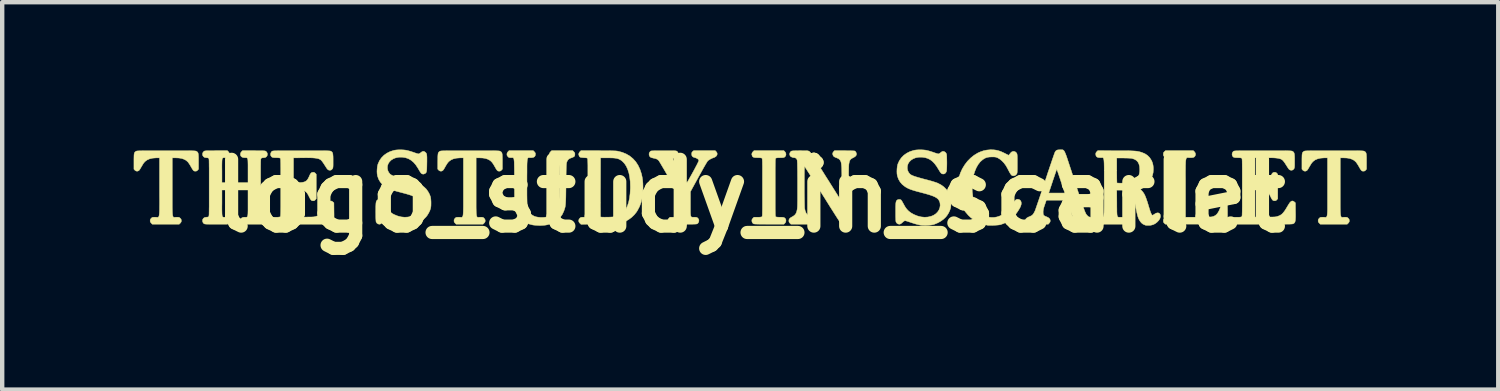
<source format=kicad_pcb>
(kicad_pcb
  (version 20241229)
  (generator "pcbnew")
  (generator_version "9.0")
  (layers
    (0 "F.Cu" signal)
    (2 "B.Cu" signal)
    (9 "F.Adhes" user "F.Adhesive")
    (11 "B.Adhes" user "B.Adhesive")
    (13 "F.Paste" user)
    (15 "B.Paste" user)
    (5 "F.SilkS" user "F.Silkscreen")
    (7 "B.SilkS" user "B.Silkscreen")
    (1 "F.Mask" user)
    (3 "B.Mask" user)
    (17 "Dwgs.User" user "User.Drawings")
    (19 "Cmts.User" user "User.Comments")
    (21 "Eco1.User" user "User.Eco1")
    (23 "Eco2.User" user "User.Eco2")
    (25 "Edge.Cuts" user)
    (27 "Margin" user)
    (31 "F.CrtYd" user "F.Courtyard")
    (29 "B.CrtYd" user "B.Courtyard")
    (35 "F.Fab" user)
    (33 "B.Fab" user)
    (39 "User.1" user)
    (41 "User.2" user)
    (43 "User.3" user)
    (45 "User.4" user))
  (footprint "logo_study_in_scarlet"
    (layer "F.Cu")
    (at 14.062 1.418)
    (property "Reference" "logo_study_in_scarlet" (at 0 0 0) (layer "F.SilkS") (effects (font (size 1.524 1.524) (thickness 0.3))))
    (attr through_hole)
    (fp_poly (pts (xy 0.79 -1.009) (xy 0.809 -0.982) (xy 0.816 -0.951) (xy 0.811 -0.921) (xy 0.795 -0.895) (xy 0.784 -0.886) (xy 0.773 -0.879) (xy 0.76 -0.875) (xy 0.741 -0.872) (xy 0.714 -0.871) (xy 0.681 -0.871) (xy 0.639 -0.87) (xy 0.61 -0.868) (xy 0.592 -0.864) (xy 0.584 -0.861) (xy 0.581 -0.858) (xy 0.579 -0.855) (xy 0.577 -0.85) (xy 0.576 -0.843) (xy 0.574 -0.831) (xy 0.573 -0.815) (xy 0.572 -0.793) (xy 0.572 -0.765) (xy 0.571 -0.73) (xy 0.571 -0.687) (xy 0.57 -0.634) (xy 0.57 -0.572) (xy 0.57 -0.499) (xy 0.57 -0.414) (xy 0.57 -0.316) (xy 0.57 -0.205) (xy 0.57 -0.192) (xy 0.57 -0.08) (xy 0.57 0.019) (xy 0.57 0.106) (xy 0.57 0.18) (xy 0.57 0.244) (xy 0.57 0.297) (xy 0.571 0.341) (xy 0.572 0.377) (xy 0.572 0.406) (xy 0.573 0.428) (xy 0.574 0.445) (xy 0.576 0.457) (xy 0.577 0.465) (xy 0.579 0.47) (xy 0.581 0.474) (xy 0.583 0.476) (xy 0.584 0.476) (xy 0.596 0.481) (xy 0.618 0.484) (xy 0.651 0.486) (xy 0.678 0.486) (xy 0.716 0.487) (xy 0.742 0.488) (xy 0.761 0.491) (xy 0.775 0.497) (xy 0.782 0.5) (xy 0.804 0.521) (xy 0.815 0.549) (xy 0.814 0.579) (xy 0.803 0.608) (xy 0.79 0.624) (xy 0.768 0.646) (xy 0.429 0.646) (xy 0.347 0.645) (xy 0.277 0.645) (xy 0.22 0.645) (xy 0.174 0.644) (xy 0.138 0.643) (xy 0.111 0.642) (xy 0.092 0.64) (xy 0.08 0.638) (xy 0.073 0.636) (xy 0.051 0.615) (xy 0.039 0.585) (xy 0.037 0.564) (xy 0.039 0.542) (xy 0.049 0.524) (xy 0.061 0.511) (xy 0.086 0.486) (xy 0.168 0.486) (xy 0.21 0.486) (xy 0.239 0.483) (xy 0.257 0.48) (xy 0.265 0.476) (xy 0.268 0.474) (xy 0.27 0.471) (xy 0.272 0.466) (xy 0.273 0.458) (xy 0.275 0.446) (xy 0.276 0.43) (xy 0.277 0.409) (xy 0.277 0.381) (xy 0.278 0.346) (xy 0.279 0.302) (xy 0.279 0.25) (xy 0.279 0.187) (xy 0.279 0.114) (xy 0.279 0.029) (xy 0.279 -0.068) (xy 0.279 -0.179) (xy 0.279 -0.192) (xy 0.279 -0.305) (xy 0.279 -0.404) (xy 0.279 -0.49) (xy 0.279 -0.565) (xy 0.279 -0.628) (xy 0.279 -0.682) (xy 0.278 -0.726) (xy 0.278 -0.762) (xy 0.277 -0.791) (xy 0.276 -0.813) (xy 0.275 -0.83) (xy 0.273 -0.842) (xy 0.272 -0.85) (xy 0.27 -0.855) (xy 0.268 -0.858) (xy 0.266 -0.86) (xy 0.265 -0.861) (xy 0.253 -0.866) (xy 0.23 -0.869) (xy 0.196 -0.871) (xy 0.173 -0.871) (xy 0.129 -0.872) (xy 0.097 -0.875) (xy 0.074 -0.882) (xy 0.058 -0.892) (xy 0.047 -0.907) (xy 0.047 -0.908) (xy 0.036 -0.942) (xy 0.04 -0.974) (xy 0.058 -1.003) (xy 0.061 -1.006) (xy 0.086 -1.031) (xy 0.768 -1.031) (xy 0.79 -1.009)) (stroke (width 0.01) (type solid)) (fill yes) (layer "F.SilkS"))
    (fp_poly (pts (xy 10.13 -1.009) (xy 10.15 -0.981) (xy 10.157 -0.952) (xy 10.153 -0.925) (xy 10.142 -0.903) (xy 10.127 -0.887) (xy 10.105 -0.877) (xy 10.074 -0.872) (xy 10.03 -0.871) (xy 10.03 -0.871) (xy 10.013 -0.871) (xy 9.998 -0.873) (xy 9.984 -0.874) (xy 9.973 -0.874) (xy 9.963 -0.871) (xy 9.955 -0.867) (xy 9.948 -0.858) (xy 9.942 -0.845) (xy 9.938 -0.827) (xy 9.934 -0.803) (xy 9.931 -0.772) (xy 9.93 -0.733) (xy 9.928 -0.685) (xy 9.928 -0.628) (xy 9.927 -0.56) (xy 9.927 -0.481) (xy 9.928 -0.391) (xy 9.928 -0.287) (xy 9.928 -0.178) (xy 9.928 0.486) (xy 10.206 0.486) (xy 10.28 0.486) (xy 10.347 0.485) (xy 10.406 0.484) (xy 10.455 0.483) (xy 10.493 0.481) (xy 10.519 0.479) (xy 10.527 0.478) (xy 10.568 0.467) (xy 10.604 0.45) (xy 10.636 0.425) (xy 10.664 0.39) (xy 10.69 0.345) (xy 10.715 0.288) (xy 10.736 0.227) (xy 10.752 0.186) (xy 10.767 0.16) (xy 10.775 0.152) (xy 10.797 0.142) (xy 10.823 0.138) (xy 10.847 0.142) (xy 10.857 0.147) (xy 10.865 0.154) (xy 10.872 0.163) (xy 10.877 0.174) (xy 10.88 0.19) (xy 10.883 0.213) (xy 10.884 0.244) (xy 10.885 0.284) (xy 10.886 0.336) (xy 10.886 0.391) (xy 10.886 0.595) (xy 10.843 0.642) (xy 10.157 0.644) (xy 9.471 0.646) (xy 9.447 0.625) (xy 9.433 0.61) (xy 9.426 0.595) (xy 9.423 0.575) (xy 9.423 0.566) (xy 9.425 0.542) (xy 9.43 0.526) (xy 9.442 0.512) (xy 9.447 0.507) (xy 9.459 0.498) (xy 9.47 0.491) (xy 9.484 0.488) (xy 9.505 0.487) (xy 9.536 0.486) (xy 9.542 0.486) (xy 9.582 0.485) (xy 9.609 0.482) (xy 9.625 0.477) (xy 9.627 0.476) (xy 9.629 0.474) (xy 9.632 0.471) (xy 9.633 0.466) (xy 9.635 0.458) (xy 9.636 0.446) (xy 9.637 0.43) (xy 9.638 0.409) (xy 9.639 0.381) (xy 9.64 0.346) (xy 9.64 0.302) (xy 9.641 0.25) (xy 9.641 0.187) (xy 9.641 0.114) (xy 9.641 0.029) (xy 9.641 -0.068) (xy 9.641 -0.179) (xy 9.641 -0.192) (xy 9.641 -0.305) (xy 9.641 -0.404) (xy 9.641 -0.49) (xy 9.641 -0.565) (xy 9.641 -0.628) (xy 9.64 -0.682) (xy 9.64 -0.726) (xy 9.639 -0.762) (xy 9.639 -0.791) (xy 9.638 -0.813) (xy 9.636 -0.83) (xy 9.635 -0.842) (xy 9.634 -0.85) (xy 9.632 -0.855) (xy 9.63 -0.858) (xy 9.627 -0.86) (xy 9.627 -0.861) (xy 9.613 -0.866) (xy 9.588 -0.87) (xy 9.551 -0.871) (xy 9.542 -0.871) (xy 9.509 -0.871) (xy 9.487 -0.872) (xy 9.472 -0.875) (xy 9.461 -0.881) (xy 9.449 -0.89) (xy 9.447 -0.892) (xy 9.433 -0.907) (xy 9.426 -0.921) (xy 9.423 -0.942) (xy 9.423 -0.951) (xy 9.425 -0.975) (xy 9.43 -0.99) (xy 9.442 -1.004) (xy 9.447 -1.009) (xy 9.471 -1.031) (xy 10.108 -1.031) (xy 10.13 -1.009)) (stroke (width 0.01) (type solid)) (fill yes) (layer "F.SilkS"))
    (fp_poly (pts (xy 5.558 -1.05) (xy 5.612 -1.043) (xy 5.665 -1.03) (xy 5.72 -1.011) (xy 5.781 -0.983) (xy 5.798 -0.975) (xy 5.895 -0.926) (xy 5.911 -0.945) (xy 5.926 -0.963) (xy 5.937 -0.978) (xy 5.937 -0.978) (xy 5.962 -1.002) (xy 5.992 -1.014) (xy 6.022 -1.014) (xy 6.051 -1.002) (xy 6.074 -0.979) (xy 6.08 -0.971) (xy 6.083 -0.962) (xy 6.086 -0.952) (xy 6.088 -0.938) (xy 6.09 -0.918) (xy 6.091 -0.891) (xy 6.092 -0.855) (xy 6.092 -0.808) (xy 6.092 -0.749) (xy 6.092 -0.737) (xy 6.092 -0.675) (xy 6.092 -0.626) (xy 6.091 -0.588) (xy 6.09 -0.559) (xy 6.089 -0.538) (xy 6.087 -0.523) (xy 6.084 -0.513) (xy 6.08 -0.504) (xy 6.08 -0.503) (xy 6.059 -0.478) (xy 6.031 -0.462) (xy 6.005 -0.457) (xy 5.986 -0.459) (xy 5.969 -0.466) (xy 5.954 -0.479) (xy 5.937 -0.501) (xy 5.918 -0.533) (xy 5.9 -0.567) (xy 5.88 -0.605) (xy 5.859 -0.644) (xy 5.84 -0.678) (xy 5.824 -0.703) (xy 5.823 -0.704) (xy 5.786 -0.753) (xy 5.742 -0.799) (xy 5.696 -0.837) (xy 5.65 -0.865) (xy 5.648 -0.866) (xy 5.626 -0.876) (xy 5.608 -0.882) (xy 5.59 -0.886) (xy 5.568 -0.888) (xy 5.537 -0.889) (xy 5.512 -0.889) (xy 5.459 -0.887) (xy 5.415 -0.881) (xy 5.378 -0.87) (xy 5.342 -0.853) (xy 5.303 -0.827) (xy 5.298 -0.823) (xy 5.246 -0.777) (xy 5.2 -0.718) (xy 5.159 -0.648) (xy 5.126 -0.57) (xy 5.098 -0.485) (xy 5.078 -0.393) (xy 5.066 -0.297) (xy 5.061 -0.199) (xy 5.064 -0.098) (xy 5.076 0.001) (xy 5.095 0.094) (xy 5.123 0.184) (xy 5.159 0.262) (xy 5.203 0.33) (xy 5.233 0.366) (xy 5.285 0.414) (xy 5.337 0.45) (xy 5.393 0.474) (xy 5.457 0.487) (xy 5.494 0.491) (xy 5.563 0.491) (xy 5.628 0.48) (xy 5.683 0.462) (xy 5.741 0.435) (xy 5.794 0.402) (xy 5.843 0.361) (xy 5.89 0.311) (xy 5.938 0.25) (xy 5.97 0.204) (xy 5.999 0.16) (xy 6.023 0.127) (xy 6.043 0.104) (xy 6.06 0.089) (xy 6.076 0.08) (xy 6.093 0.077) (xy 6.099 0.077) (xy 6.133 0.083) (xy 6.158 0.1) (xy 6.175 0.125) (xy 6.183 0.159) (xy 6.18 0.198) (xy 6.166 0.241) (xy 6.165 0.244) (xy 6.146 0.282) (xy 6.119 0.326) (xy 6.088 0.373) (xy 6.055 0.418) (xy 6.023 0.458) (xy 6.009 0.475) (xy 5.942 0.536) (xy 5.866 0.588) (xy 5.784 0.629) (xy 5.704 0.657) (xy 5.681 0.661) (xy 5.646 0.665) (xy 5.605 0.668) (xy 5.56 0.671) (xy 5.515 0.673) (xy 5.473 0.673) (xy 5.439 0.673) (xy 5.415 0.671) (xy 5.414 0.67) (xy 5.306 0.644) (xy 5.206 0.607) (xy 5.115 0.557) (xy 5.031 0.495) (xy 4.973 0.44) (xy 4.901 0.355) (xy 4.841 0.263) (xy 4.794 0.165) (xy 4.76 0.058) (xy 4.742 -0.024) (xy 4.737 -0.059) (xy 4.734 -0.097) (xy 4.733 -0.14) (xy 4.733 -0.193) (xy 4.734 -0.21) (xy 4.735 -0.26) (xy 4.738 -0.299) (xy 4.742 -0.331) (xy 4.747 -0.362) (xy 4.754 -0.396) (xy 4.76 -0.417) (xy 4.793 -0.52) (xy 4.837 -0.617) (xy 4.892 -0.707) (xy 4.955 -0.79) (xy 5.027 -0.863) (xy 5.105 -0.926) (xy 5.19 -0.978) (xy 5.243 -1.002) (xy 5.319 -1.029) (xy 5.394 -1.045) (xy 5.473 -1.052) (xy 5.499 -1.052) (xy 5.558 -1.05)) (stroke (width 0.01) (type solid)) (fill yes) (layer "F.SilkS"))
    (fp_poly (pts (xy -13.207 -1.03) (xy -13.107 -1.03) (xy -13.02 -1.03) (xy -12.944 -1.03) (xy -12.88 -1.03) (xy -12.825 -1.03) (xy -12.78 -1.029) (xy -12.742 -1.029) (xy -12.712 -1.028) (xy -12.689 -1.027) (xy -12.671 -1.026) (xy -12.657 -1.024) (xy -12.647 -1.023) (xy -12.64 -1.021) (xy -12.635 -1.019) (xy -12.63 -1.017) (xy -12.63 -1.016) (xy -12.616 -1.007) (xy -12.606 -0.998) (xy -12.598 -0.986) (xy -12.592 -0.969) (xy -12.588 -0.947) (xy -12.586 -0.916) (xy -12.584 -0.876) (xy -12.584 -0.824) (xy -12.584 -0.784) (xy -12.584 -0.61) (xy -12.604 -0.587) (xy -12.621 -0.571) (xy -12.639 -0.565) (xy -12.656 -0.564) (xy -12.672 -0.565) (xy -12.686 -0.569) (xy -12.699 -0.578) (xy -12.712 -0.594) (xy -12.728 -0.618) (xy -12.749 -0.654) (xy -12.754 -0.663) (xy -12.781 -0.709) (xy -12.804 -0.744) (xy -12.824 -0.771) (xy -12.845 -0.791) (xy -12.867 -0.809) (xy -12.872 -0.813) (xy -12.918 -0.837) (xy -12.969 -0.854) (xy -13.029 -0.864) (xy -13.096 -0.867) (xy -13.183 -0.867) (xy -13.183 -0.201) (xy -13.183 -0.085) (xy -13.183 0.017) (xy -13.183 0.107) (xy -13.183 0.184) (xy -13.183 0.251) (xy -13.182 0.307) (xy -13.181 0.354) (xy -13.179 0.392) (xy -13.177 0.422) (xy -13.173 0.445) (xy -13.169 0.463) (xy -13.164 0.475) (xy -13.157 0.483) (xy -13.15 0.487) (xy -13.14 0.489) (xy -13.13 0.489) (xy -13.117 0.488) (xy -13.103 0.487) (xy -13.09 0.486) (xy -13.059 0.486) (xy -13.038 0.488) (xy -13.025 0.491) (xy -13.014 0.498) (xy -13.002 0.51) (xy -13 0.511) (xy -12.984 0.53) (xy -12.977 0.548) (xy -12.976 0.566) (xy -12.978 0.588) (xy -12.987 0.606) (xy -13 0.621) (xy -13.025 0.646) (xy -13.638 0.646) (xy -13.662 0.621) (xy -13.678 0.602) (xy -13.686 0.584) (xy -13.687 0.566) (xy -13.685 0.544) (xy -13.676 0.526) (xy -13.662 0.511) (xy -13.65 0.499) (xy -13.64 0.492) (xy -13.627 0.488) (xy -13.608 0.487) (xy -13.58 0.486) (xy -13.569 0.486) (xy -13.553 0.487) (xy -13.539 0.488) (xy -13.526 0.489) (xy -13.515 0.489) (xy -13.506 0.487) (xy -13.498 0.482) (xy -13.491 0.474) (xy -13.486 0.461) (xy -13.482 0.443) (xy -13.479 0.419) (xy -13.476 0.388) (xy -13.474 0.349) (xy -13.473 0.301) (xy -13.473 0.244) (xy -13.472 0.176) (xy -13.472 0.097) (xy -13.473 0.007) (xy -13.473 -0.097) (xy -13.473 -0.201) (xy -13.473 -0.867) (xy -13.553 -0.867) (xy -13.63 -0.861) (xy -13.697 -0.846) (xy -13.754 -0.821) (xy -13.802 -0.786) (xy -13.832 -0.753) (xy -13.847 -0.731) (xy -13.865 -0.702) (xy -13.884 -0.669) (xy -13.894 -0.653) (xy -13.911 -0.623) (xy -13.927 -0.598) (xy -13.941 -0.581) (xy -13.947 -0.575) (xy -13.975 -0.564) (xy -14.005 -0.566) (xy -14.031 -0.581) (xy -14.037 -0.587) (xy -14.057 -0.61) (xy -14.057 -0.784) (xy -14.057 -0.844) (xy -14.056 -0.892) (xy -14.055 -0.928) (xy -14.052 -0.956) (xy -14.047 -0.976) (xy -14.041 -0.99) (xy -14.032 -1.001) (xy -14.02 -1.011) (xy -14.011 -1.016) (xy -14.007 -1.019) (xy -14.002 -1.021) (xy -13.995 -1.023) (xy -13.986 -1.024) (xy -13.973 -1.026) (xy -13.955 -1.027) (xy -13.932 -1.028) (xy -13.903 -1.028) (xy -13.867 -1.029) (xy -13.823 -1.03) (xy -13.77 -1.03) (xy -13.707 -1.03) (xy -13.633 -1.03) (xy -13.547 -1.03) (xy -13.449 -1.03) (xy -13.338 -1.03) (xy -13.32 -1.03) (xy -13.207 -1.03)) (stroke (width 0.01) (type solid)) (fill yes) (layer "F.SilkS"))
    (fp_poly (pts (xy -6.276 -1.03) (xy -6.176 -1.03) (xy -6.089 -1.03) (xy -6.014 -1.03) (xy -5.949 -1.03) (xy -5.895 -1.03) (xy -5.849 -1.029) (xy -5.812 -1.029) (xy -5.782 -1.028) (xy -5.758 -1.027) (xy -5.74 -1.026) (xy -5.726 -1.024) (xy -5.716 -1.023) (xy -5.709 -1.021) (xy -5.704 -1.019) (xy -5.7 -1.017) (xy -5.699 -1.016) (xy -5.686 -1.007) (xy -5.675 -0.998) (xy -5.667 -0.986) (xy -5.661 -0.969) (xy -5.657 -0.947) (xy -5.655 -0.916) (xy -5.654 -0.876) (xy -5.653 -0.824) (xy -5.653 -0.784) (xy -5.653 -0.61) (xy -5.674 -0.587) (xy -5.691 -0.571) (xy -5.709 -0.565) (xy -5.725 -0.564) (xy -5.742 -0.565) (xy -5.756 -0.569) (xy -5.768 -0.578) (xy -5.782 -0.594) (xy -5.798 -0.618) (xy -5.818 -0.654) (xy -5.824 -0.663) (xy -5.85 -0.709) (xy -5.873 -0.744) (xy -5.894 -0.771) (xy -5.914 -0.791) (xy -5.936 -0.809) (xy -5.942 -0.813) (xy -5.987 -0.837) (xy -6.039 -0.854) (xy -6.098 -0.864) (xy -6.165 -0.867) (xy -6.252 -0.867) (xy -6.252 -0.201) (xy -6.252 -0.085) (xy -6.252 0.017) (xy -6.252 0.107) (xy -6.252 0.184) (xy -6.252 0.251) (xy -6.251 0.307) (xy -6.25 0.354) (xy -6.249 0.392) (xy -6.246 0.422) (xy -6.243 0.445) (xy -6.239 0.463) (xy -6.233 0.475) (xy -6.227 0.483) (xy -6.219 0.487) (xy -6.21 0.489) (xy -6.199 0.489) (xy -6.187 0.488) (xy -6.173 0.487) (xy -6.159 0.486) (xy -6.128 0.486) (xy -6.108 0.488) (xy -6.094 0.491) (xy -6.083 0.498) (xy -6.071 0.51) (xy -6.07 0.511) (xy -6.054 0.53) (xy -6.047 0.548) (xy -6.045 0.566) (xy -6.047 0.588) (xy -6.056 0.606) (xy -6.07 0.621) (xy -6.095 0.646) (xy -6.707 0.646) (xy -6.732 0.621) (xy -6.748 0.602) (xy -6.755 0.584) (xy -6.756 0.566) (xy -6.754 0.544) (xy -6.745 0.526) (xy -6.732 0.511) (xy -6.72 0.499) (xy -6.709 0.492) (xy -6.696 0.488) (xy -6.678 0.487) (xy -6.649 0.486) (xy -6.639 0.486) (xy -6.622 0.487) (xy -6.608 0.488) (xy -6.596 0.489) (xy -6.585 0.489) (xy -6.575 0.487) (xy -6.567 0.482) (xy -6.561 0.474) (xy -6.556 0.461) (xy -6.551 0.443) (xy -6.548 0.419) (xy -6.546 0.388) (xy -6.544 0.349) (xy -6.543 0.301) (xy -6.542 0.244) (xy -6.542 0.176) (xy -6.542 0.097) (xy -6.542 0.007) (xy -6.542 -0.097) (xy -6.542 -0.201) (xy -6.542 -0.867) (xy -6.622 -0.867) (xy -6.7 -0.861) (xy -6.767 -0.846) (xy -6.824 -0.821) (xy -6.872 -0.786) (xy -6.902 -0.753) (xy -6.916 -0.731) (xy -6.935 -0.702) (xy -6.954 -0.669) (xy -6.963 -0.653) (xy -6.98 -0.623) (xy -6.996 -0.598) (xy -7.01 -0.581) (xy -7.017 -0.575) (xy -7.045 -0.564) (xy -7.074 -0.566) (xy -7.1 -0.581) (xy -7.106 -0.587) (xy -7.127 -0.61) (xy -7.127 -0.784) (xy -7.126 -0.844) (xy -7.126 -0.892) (xy -7.124 -0.928) (xy -7.121 -0.956) (xy -7.117 -0.976) (xy -7.11 -0.99) (xy -7.101 -1.001) (xy -7.09 -1.011) (xy -7.081 -1.016) (xy -7.076 -1.019) (xy -7.071 -1.021) (xy -7.065 -1.023) (xy -7.055 -1.024) (xy -7.042 -1.026) (xy -7.025 -1.027) (xy -7.002 -1.028) (xy -6.973 -1.028) (xy -6.937 -1.029) (xy -6.892 -1.03) (xy -6.839 -1.03) (xy -6.776 -1.03) (xy -6.702 -1.03) (xy -6.617 -1.03) (xy -6.519 -1.03) (xy -6.407 -1.03) (xy -6.39 -1.03) (xy -6.276 -1.03)) (stroke (width 0.01) (type solid)) (fill yes) (layer "F.SilkS"))
    (fp_poly (pts (xy 13.434 -1.03) (xy 13.534 -1.03) (xy 13.621 -1.03) (xy 13.697 -1.03) (xy 13.761 -1.03) (xy 13.816 -1.03) (xy 13.861 -1.029) (xy 13.899 -1.029) (xy 13.929 -1.028) (xy 13.952 -1.027) (xy 13.97 -1.026) (xy 13.984 -1.024) (xy 13.994 -1.023) (xy 14.001 -1.021) (xy 14.006 -1.019) (xy 14.011 -1.017) (xy 14.011 -1.016) (xy 14.025 -1.007) (xy 14.035 -0.998) (xy 14.043 -0.986) (xy 14.049 -0.969) (xy 14.053 -0.947) (xy 14.055 -0.916) (xy 14.057 -0.876) (xy 14.057 -0.824) (xy 14.057 -0.784) (xy 14.057 -0.61) (xy 14.037 -0.587) (xy 14.02 -0.571) (xy 14.002 -0.565) (xy 13.985 -0.564) (xy 13.968 -0.565) (xy 13.955 -0.569) (xy 13.942 -0.578) (xy 13.929 -0.594) (xy 13.913 -0.618) (xy 13.892 -0.654) (xy 13.887 -0.663) (xy 13.86 -0.709) (xy 13.837 -0.744) (xy 13.817 -0.771) (xy 13.796 -0.791) (xy 13.774 -0.809) (xy 13.769 -0.813) (xy 13.723 -0.837) (xy 13.672 -0.854) (xy 13.612 -0.864) (xy 13.545 -0.867) (xy 13.458 -0.867) (xy 13.458 -0.201) (xy 13.458 -0.085) (xy 13.458 0.017) (xy 13.458 0.107) (xy 13.458 0.184) (xy 13.458 0.251) (xy 13.459 0.307) (xy 13.46 0.354) (xy 13.462 0.392) (xy 13.464 0.422) (xy 13.468 0.445) (xy 13.472 0.463) (xy 13.477 0.475) (xy 13.484 0.483) (xy 13.491 0.487) (xy 13.501 0.489) (xy 13.511 0.489) (xy 13.524 0.488) (xy 13.538 0.487) (xy 13.551 0.486) (xy 13.582 0.486) (xy 13.603 0.488) (xy 13.616 0.491) (xy 13.627 0.498) (xy 13.639 0.51) (xy 13.641 0.511) (xy 13.657 0.53) (xy 13.664 0.548) (xy 13.665 0.566) (xy 13.663 0.588) (xy 13.654 0.606) (xy 13.641 0.621) (xy 13.616 0.646) (xy 13.003 0.646) (xy 12.979 0.621) (xy 12.962 0.602) (xy 12.955 0.584) (xy 12.954 0.566) (xy 12.956 0.544) (xy 12.965 0.526) (xy 12.979 0.511) (xy 12.991 0.499) (xy 13.001 0.492) (xy 13.014 0.488) (xy 13.033 0.487) (xy 13.061 0.486) (xy 13.072 0.486) (xy 13.088 0.487) (xy 13.102 0.488) (xy 13.115 0.489) (xy 13.126 0.489) (xy 13.135 0.487) (xy 13.143 0.482) (xy 13.149 0.474) (xy 13.155 0.461) (xy 13.159 0.443) (xy 13.162 0.419) (xy 13.165 0.388) (xy 13.167 0.349) (xy 13.168 0.301) (xy 13.168 0.244) (xy 13.168 0.176) (xy 13.168 0.097) (xy 13.168 0.007) (xy 13.168 -0.097) (xy 13.168 -0.201) (xy 13.168 -0.867) (xy 13.088 -0.867) (xy 13.011 -0.861) (xy 12.944 -0.846) (xy 12.886 -0.821) (xy 12.839 -0.786) (xy 12.809 -0.753) (xy 12.794 -0.731) (xy 12.776 -0.702) (xy 12.757 -0.669) (xy 12.747 -0.653) (xy 12.73 -0.623) (xy 12.714 -0.598) (xy 12.7 -0.581) (xy 12.694 -0.575) (xy 12.666 -0.564) (xy 12.636 -0.566) (xy 12.61 -0.581) (xy 12.604 -0.587) (xy 12.584 -0.61) (xy 12.584 -0.784) (xy 12.584 -0.844) (xy 12.585 -0.892) (xy 12.586 -0.928) (xy 12.589 -0.956) (xy 12.594 -0.976) (xy 12.6 -0.99) (xy 12.609 -1.001) (xy 12.621 -1.011) (xy 12.63 -1.016) (xy 12.634 -1.019) (xy 12.639 -1.021) (xy 12.646 -1.023) (xy 12.655 -1.024) (xy 12.668 -1.026) (xy 12.686 -1.027) (xy 12.709 -1.028) (xy 12.738 -1.028) (xy 12.774 -1.029) (xy 12.818 -1.03) (xy 12.871 -1.03) (xy 12.934 -1.03) (xy 13.008 -1.03) (xy 13.094 -1.03) (xy 13.192 -1.03) (xy 13.303 -1.03) (xy 13.32 -1.03) (xy 13.434 -1.03)) (stroke (width 0.01) (type solid)) (fill yes) (layer "F.SilkS"))
    (fp_poly (pts (xy -3.381 -1.03) (xy -3.304 -1.03) (xy -3.239 -1.03) (xy -3.185 -1.029) (xy -3.141 -1.028) (xy -3.105 -1.027) (xy -3.076 -1.026) (xy -3.053 -1.024) (xy -3.034 -1.022) (xy -3.021 -1.02) (xy -2.921 -0.994) (xy -2.83 -0.957) (xy -2.748 -0.909) (xy -2.676 -0.85) (xy -2.613 -0.781) (xy -2.56 -0.7) (xy -2.516 -0.608) (xy -2.482 -0.506) (xy -2.478 -0.49) (xy -2.464 -0.425) (xy -2.454 -0.359) (xy -2.448 -0.286) (xy -2.446 -0.205) (xy -2.446 -0.182) (xy -2.45 -0.062) (xy -2.465 0.048) (xy -2.49 0.15) (xy -2.525 0.244) (xy -2.571 0.331) (xy -2.593 0.366) (xy -2.644 0.43) (xy -2.705 0.489) (xy -2.774 0.54) (xy -2.847 0.581) (xy -2.891 0.6) (xy -2.914 0.609) (xy -2.934 0.616) (xy -2.953 0.622) (xy -2.972 0.627) (xy -2.992 0.631) (xy -3.014 0.634) (xy -3.04 0.637) (xy -3.072 0.639) (xy -3.11 0.64) (xy -3.156 0.641) (xy -3.212 0.642) (xy -3.278 0.643) (xy -3.356 0.643) (xy -3.442 0.644) (xy -3.861 0.647) (xy -3.887 0.622) (xy -3.903 0.603) (xy -3.91 0.585) (xy -3.912 0.566) (xy -3.909 0.544) (xy -3.901 0.526) (xy -3.887 0.511) (xy -3.875 0.499) (xy -3.864 0.492) (xy -3.85 0.488) (xy -3.831 0.487) (xy -3.801 0.486) (xy -3.798 0.486) (xy -3.782 0.487) (xy -3.768 0.488) (xy -3.756 0.489) (xy -3.745 0.489) (xy -3.736 0.486) (xy -3.728 0.481) (xy -3.722 0.473) (xy -3.717 0.459) (xy -3.713 0.441) (xy -3.71 0.416) (xy -3.707 0.384) (xy -3.706 0.344) (xy -3.705 0.295) (xy -3.704 0.236) (xy -3.704 0.167) (xy -3.703 0.086) (xy -3.703 0.079) (xy -3.417 0.079) (xy -3.417 0.161) (xy -3.417 0.236) (xy -3.416 0.303) (xy -3.416 0.36) (xy -3.416 0.408) (xy -3.416 0.444) (xy -3.415 0.467) (xy -3.415 0.478) (xy -3.414 0.478) (xy -3.406 0.481) (xy -3.386 0.484) (xy -3.356 0.485) (xy -3.318 0.486) (xy -3.276 0.485) (xy -3.231 0.485) (xy -3.186 0.483) (xy -3.144 0.481) (xy -3.105 0.478) (xy -3.074 0.474) (xy -3.053 0.47) (xy -3.051 0.47) (xy -2.985 0.444) (xy -2.928 0.407) (xy -2.878 0.359) (xy -2.835 0.3) (xy -2.801 0.229) (xy -2.773 0.146) (xy -2.753 0.051) (xy -2.74 -0.057) (xy -2.734 -0.176) (xy -2.734 -0.214) (xy -2.737 -0.326) (xy -2.749 -0.429) (xy -2.768 -0.523) (xy -2.795 -0.607) (xy -2.828 -0.679) (xy -2.869 -0.74) (xy -2.916 -0.789) (xy -2.947 -0.813) (xy -2.974 -0.829) (xy -3.001 -0.842) (xy -3.029 -0.851) (xy -3.061 -0.858) (xy -3.099 -0.863) (xy -3.146 -0.866) (xy -3.203 -0.867) (xy -3.251 -0.867) (xy -3.414 -0.867) (xy -3.416 -0.2) (xy -3.417 -0.102) (xy -3.417 -0.009) (xy -3.417 0.079) (xy -3.703 0.079) (xy -3.703 -0.007) (xy -3.703 -0.113) (xy -3.703 -0.183) (xy -3.703 -0.299) (xy -3.703 -0.402) (xy -3.703 -0.492) (xy -3.703 -0.57) (xy -3.703 -0.636) (xy -3.703 -0.692) (xy -3.704 -0.738) (xy -3.705 -0.775) (xy -3.706 -0.803) (xy -3.707 -0.824) (xy -3.708 -0.839) (xy -3.71 -0.847) (xy -3.71 -0.849) (xy -3.716 -0.857) (xy -3.723 -0.863) (xy -3.735 -0.867) (xy -3.756 -0.869) (xy -3.788 -0.871) (xy -3.792 -0.871) (xy -3.831 -0.874) (xy -3.858 -0.877) (xy -3.877 -0.882) (xy -3.889 -0.89) (xy -3.897 -0.901) (xy -3.901 -0.908) (xy -3.912 -0.941) (xy -3.908 -0.973) (xy -3.89 -1.002) (xy -3.887 -1.006) (xy -3.862 -1.031) (xy -3.47 -1.031) (xy -3.381 -1.03)) (stroke (width 0.01) (type solid)) (fill yes) (layer "F.SilkS"))
    (fp_poly (pts (xy 7.119 -1.052) (xy 7.131 -1.049) (xy 7.143 -1.043) (xy 7.153 -1.033) (xy 7.164 -1.019) (xy 7.175 -0.998) (xy 7.187 -0.971) (xy 7.201 -0.936) (xy 7.217 -0.892) (xy 7.235 -0.838) (xy 7.256 -0.774) (xy 7.281 -0.698) (xy 7.31 -0.61) (xy 7.316 -0.593) (xy 7.36 -0.457) (xy 7.401 -0.334) (xy 7.437 -0.223) (xy 7.469 -0.124) (xy 7.498 -0.036) (xy 7.524 0.041) (xy 7.547 0.109) (xy 7.567 0.168) (xy 7.584 0.219) (xy 7.599 0.263) (xy 7.612 0.299) (xy 7.623 0.33) (xy 7.633 0.355) (xy 7.642 0.375) (xy 7.649 0.392) (xy 7.656 0.405) (xy 7.662 0.416) (xy 7.668 0.424) (xy 7.674 0.432) (xy 7.68 0.439) (xy 7.686 0.446) (xy 7.69 0.45) (xy 7.71 0.469) (xy 7.731 0.48) (xy 7.748 0.483) (xy 7.783 0.494) (xy 7.804 0.508) (xy 7.818 0.523) (xy 7.825 0.537) (xy 7.827 0.559) (xy 7.827 0.566) (xy 7.826 0.59) (xy 7.82 0.606) (xy 7.809 0.62) (xy 7.803 0.625) (xy 7.779 0.646) (xy 7.509 0.646) (xy 7.439 0.646) (xy 7.382 0.645) (xy 7.336 0.645) (xy 7.301 0.644) (xy 7.274 0.643) (xy 7.254 0.642) (xy 7.241 0.64) (xy 7.232 0.638) (xy 7.226 0.635) (xy 7.224 0.633) (xy 7.202 0.607) (xy 7.192 0.575) (xy 7.195 0.541) (xy 7.202 0.524) (xy 7.218 0.504) (xy 7.243 0.49) (xy 7.275 0.483) (xy 7.307 0.478) (xy 7.327 0.473) (xy 7.339 0.469) (xy 7.343 0.463) (xy 7.344 0.455) (xy 7.342 0.444) (xy 7.336 0.421) (xy 7.326 0.389) (xy 7.314 0.349) (xy 7.299 0.303) (xy 7.287 0.268) (xy 7.23 0.098) (xy 6.754 0.098) (xy 6.718 0.203) (xy 6.703 0.247) (xy 6.693 0.28) (xy 6.687 0.307) (xy 6.683 0.331) (xy 6.681 0.355) (xy 6.681 0.367) (xy 6.682 0.402) (xy 6.686 0.426) (xy 6.697 0.444) (xy 6.716 0.458) (xy 6.746 0.472) (xy 6.758 0.476) (xy 6.798 0.495) (xy 6.825 0.517) (xy 6.839 0.541) (xy 6.843 0.566) (xy 6.84 0.591) (xy 6.827 0.613) (xy 6.821 0.62) (xy 6.798 0.646) (xy 6.562 0.646) (xy 6.496 0.646) (xy 6.443 0.645) (xy 6.402 0.645) (xy 6.371 0.644) (xy 6.348 0.643) (xy 6.332 0.641) (xy 6.321 0.639) (xy 6.313 0.636) (xy 6.309 0.633) (xy 6.288 0.608) (xy 6.278 0.577) (xy 6.277 0.56) (xy 6.281 0.537) (xy 6.293 0.518) (xy 6.314 0.5) (xy 6.347 0.482) (xy 6.372 0.472) (xy 6.404 0.457) (xy 6.429 0.442) (xy 6.449 0.422) (xy 6.467 0.396) (xy 6.487 0.359) (xy 6.492 0.349) (xy 6.498 0.335) (xy 6.508 0.309) (xy 6.521 0.27) (xy 6.538 0.221) (xy 6.558 0.163) (xy 6.581 0.096) (xy 6.606 0.022) (xy 6.634 -0.059) (xy 6.636 -0.065) (xy 6.808 -0.065) (xy 7.176 -0.065) (xy 7.085 -0.338) (xy 7.065 -0.398) (xy 7.047 -0.452) (xy 7.03 -0.501) (xy 7.016 -0.543) (xy 7.004 -0.575) (xy 6.996 -0.597) (xy 6.992 -0.607) (xy 6.991 -0.607) (xy 6.988 -0.6) (xy 6.981 -0.58) (xy 6.971 -0.55) (xy 6.957 -0.51) (xy 6.941 -0.463) (xy 6.923 -0.409) (xy 6.903 -0.351) (xy 6.898 -0.335) (xy 6.808 -0.065) (xy 6.636 -0.065) (xy 6.662 -0.145) (xy 6.692 -0.235) (xy 6.723 -0.328) (xy 6.724 -0.33) (xy 6.755 -0.423) (xy 6.784 -0.513) (xy 6.813 -0.598) (xy 6.84 -0.678) (xy 6.865 -0.751) (xy 6.887 -0.817) (xy 6.907 -0.874) (xy 6.923 -0.921) (xy 6.936 -0.958) (xy 6.946 -0.984) (xy 6.951 -0.996) (xy 6.951 -0.997) (xy 6.966 -1.021) (xy 6.984 -1.037) (xy 7.006 -1.047) (xy 7.037 -1.051) (xy 7.071 -1.052) (xy 7.09 -1.053) (xy 7.105 -1.053) (xy 7.119 -1.052)) (stroke (width 0.01) (type solid)) (fill yes) (layer "F.SilkS"))
    (fp_poly (pts (xy -4.923 -1.006) (xy -4.906 -0.985) (xy -4.899 -0.966) (xy -4.899 -0.955) (xy -4.903 -0.922) (xy -4.916 -0.897) (xy -4.94 -0.881) (xy -4.975 -0.873) (xy -5.009 -0.871) (xy -5.025 -0.871) (xy -5.039 -0.872) (xy -5.05 -0.872) (xy -5.06 -0.871) (xy -5.068 -0.866) (xy -5.075 -0.858) (xy -5.08 -0.846) (xy -5.084 -0.828) (xy -5.087 -0.803) (xy -5.089 -0.77) (xy -5.091 -0.729) (xy -5.092 -0.678) (xy -5.092 -0.616) (xy -5.092 -0.543) (xy -5.093 -0.457) (xy -5.093 -0.369) (xy -5.093 -0.269) (xy -5.093 -0.176) (xy -5.093 -0.092) (xy -5.093 -0.016) (xy -5.092 0.049) (xy -5.091 0.103) (xy -5.09 0.144) (xy -5.088 0.173) (xy -5.088 0.182) (xy -5.076 0.259) (xy -5.057 0.323) (xy -5.031 0.376) (xy -4.998 0.417) (xy -4.969 0.441) (xy -4.932 0.461) (xy -4.893 0.476) (xy -4.846 0.485) (xy -4.789 0.491) (xy -4.782 0.491) (xy -4.701 0.49) (xy -4.628 0.478) (xy -4.565 0.455) (xy -4.51 0.421) (xy -4.464 0.375) (xy -4.426 0.318) (xy -4.397 0.249) (xy -4.375 0.168) (xy -4.362 0.075) (xy -4.362 0.073) (xy -4.36 0.047) (xy -4.358 0.01) (xy -4.357 -0.038) (xy -4.356 -0.094) (xy -4.355 -0.157) (xy -4.355 -0.223) (xy -4.355 -0.293) (xy -4.355 -0.362) (xy -4.355 -0.431) (xy -4.355 -0.496) (xy -4.356 -0.557) (xy -4.357 -0.61) (xy -4.358 -0.654) (xy -4.36 -0.688) (xy -4.362 -0.709) (xy -4.362 -0.709) (xy -4.371 -0.759) (xy -4.386 -0.797) (xy -4.409 -0.826) (xy -4.441 -0.848) (xy -4.484 -0.866) (xy -4.489 -0.867) (xy -4.529 -0.881) (xy -4.555 -0.896) (xy -4.571 -0.914) (xy -4.578 -0.937) (xy -4.579 -0.952) (xy -4.577 -0.974) (xy -4.567 -0.992) (xy -4.555 -1.006) (xy -4.53 -1.031) (xy -4.048 -1.031) (xy -4.023 -1.006) (xy -4.007 -0.987) (xy -4 -0.97) (xy -3.999 -0.949) (xy -4.003 -0.918) (xy -4.012 -0.902) (xy -4.02 -0.895) (xy -4.029 -0.889) (xy -4.042 -0.883) (xy -4.063 -0.874) (xy -4.093 -0.863) (xy -4.102 -0.86) (xy -4.137 -0.842) (xy -4.163 -0.814) (xy -4.183 -0.774) (xy -4.185 -0.767) (xy -4.187 -0.758) (xy -4.19 -0.747) (xy -4.192 -0.732) (xy -4.193 -0.713) (xy -4.195 -0.689) (xy -4.196 -0.658) (xy -4.197 -0.619) (xy -4.198 -0.571) (xy -4.199 -0.513) (xy -4.2 -0.443) (xy -4.201 -0.362) (xy -4.202 -0.272) (xy -4.203 -0.175) (xy -4.204 -0.091) (xy -4.205 -0.02) (xy -4.206 0.041) (xy -4.208 0.093) (xy -4.21 0.136) (xy -4.212 0.173) (xy -4.215 0.203) (xy -4.218 0.23) (xy -4.222 0.253) (xy -4.227 0.274) (xy -4.234 0.295) (xy -4.241 0.317) (xy -4.249 0.34) (xy -4.253 0.35) (xy -4.287 0.423) (xy -4.333 0.487) (xy -4.389 0.544) (xy -4.456 0.591) (xy -4.532 0.628) (xy -4.617 0.656) (xy -4.659 0.665) (xy -4.707 0.671) (xy -4.764 0.674) (xy -4.825 0.674) (xy -4.885 0.671) (xy -4.94 0.666) (xy -4.974 0.66) (xy -5.063 0.636) (xy -5.141 0.601) (xy -5.209 0.557) (xy -5.265 0.503) (xy -5.311 0.439) (xy -5.347 0.366) (xy -5.354 0.346) (xy -5.374 0.287) (xy -5.378 -0.282) (xy -5.378 -0.388) (xy -5.379 -0.482) (xy -5.379 -0.562) (xy -5.38 -0.631) (xy -5.381 -0.688) (xy -5.382 -0.736) (xy -5.383 -0.775) (xy -5.386 -0.806) (xy -5.389 -0.83) (xy -5.392 -0.847) (xy -5.397 -0.859) (xy -5.403 -0.867) (xy -5.41 -0.871) (xy -5.418 -0.872) (xy -5.428 -0.872) (xy -5.44 -0.872) (xy -5.453 -0.871) (xy -5.456 -0.871) (xy -5.482 -0.872) (xy -5.5 -0.875) (xy -5.513 -0.882) (xy -5.523 -0.892) (xy -5.538 -0.91) (xy -5.548 -0.929) (xy -5.549 -0.932) (xy -5.549 -0.964) (xy -5.536 -0.994) (xy -5.523 -1.01) (xy -5.502 -1.031) (xy -4.948 -1.031) (xy -4.923 -1.006)) (stroke (width 0.01) (type solid)) (fill yes) (layer "F.SilkS"))
    (fp_poly (pts (xy -0.776 -1.009) (xy -0.758 -0.983) (xy -0.753 -0.955) (xy -0.761 -0.927) (xy -0.78 -0.902) (xy -0.809 -0.882) (xy -0.829 -0.874) (xy -0.872 -0.858) (xy -0.913 -0.837) (xy -0.948 -0.815) (xy -0.971 -0.796) (xy -0.978 -0.785) (xy -0.992 -0.763) (xy -1.012 -0.731) (xy -1.036 -0.689) (xy -1.064 -0.641) (xy -1.095 -0.585) (xy -1.128 -0.525) (xy -1.164 -0.461) (xy -1.179 -0.434) (xy -1.364 -0.096) (xy -1.364 0.181) (xy -1.364 0.255) (xy -1.364 0.317) (xy -1.364 0.366) (xy -1.363 0.405) (xy -1.36 0.435) (xy -1.356 0.456) (xy -1.35 0.471) (xy -1.342 0.48) (xy -1.331 0.485) (xy -1.317 0.486) (xy -1.3 0.486) (xy -1.279 0.486) (xy -1.278 0.486) (xy -1.248 0.487) (xy -1.228 0.489) (xy -1.213 0.494) (xy -1.201 0.503) (xy -1.198 0.505) (xy -1.178 0.53) (xy -1.17 0.56) (xy -1.174 0.591) (xy -1.19 0.619) (xy -1.203 0.632) (xy -1.208 0.635) (xy -1.214 0.638) (xy -1.223 0.64) (xy -1.235 0.642) (xy -1.253 0.643) (xy -1.278 0.644) (xy -1.311 0.645) (xy -1.353 0.646) (xy -1.405 0.646) (xy -1.47 0.646) (xy -1.526 0.646) (xy -1.83 0.646) (xy -1.855 0.621) (xy -1.871 0.602) (xy -1.878 0.584) (xy -1.88 0.566) (xy -1.877 0.544) (xy -1.869 0.526) (xy -1.855 0.511) (xy -1.83 0.486) (xy -1.755 0.486) (xy -1.714 0.485) (xy -1.686 0.483) (xy -1.669 0.478) (xy -1.665 0.476) (xy -1.661 0.473) (xy -1.658 0.468) (xy -1.656 0.459) (xy -1.654 0.447) (xy -1.653 0.428) (xy -1.651 0.402) (xy -1.651 0.367) (xy -1.65 0.321) (xy -1.649 0.263) (xy -1.649 0.209) (xy -1.647 -0.047) (xy -1.858 -0.417) (xy -1.897 -0.485) (xy -1.934 -0.55) (xy -1.969 -0.61) (xy -2.001 -0.664) (xy -2.029 -0.711) (xy -2.052 -0.751) (xy -2.071 -0.781) (xy -2.083 -0.8) (xy -2.089 -0.808) (xy -2.11 -0.827) (xy -2.134 -0.841) (xy -2.165 -0.852) (xy -2.203 -0.86) (xy -2.232 -0.867) (xy -2.257 -0.874) (xy -2.273 -0.881) (xy -2.274 -0.882) (xy -2.295 -0.904) (xy -2.306 -0.932) (xy -2.307 -0.963) (xy -2.297 -0.992) (xy -2.277 -1.017) (xy -2.276 -1.018) (xy -2.271 -1.021) (xy -2.264 -1.023) (xy -2.253 -1.026) (xy -2.237 -1.027) (xy -2.215 -1.028) (xy -2.185 -1.029) (xy -2.146 -1.03) (xy -2.096 -1.03) (xy -2.034 -1.03) (xy -1.975 -1.03) (xy -1.903 -1.03) (xy -1.844 -1.03) (xy -1.797 -1.03) (xy -1.76 -1.03) (xy -1.732 -1.029) (xy -1.711 -1.028) (xy -1.696 -1.026) (xy -1.685 -1.024) (xy -1.677 -1.021) (xy -1.671 -1.018) (xy -1.669 -1.016) (xy -1.65 -0.994) (xy -1.638 -0.965) (xy -1.637 -0.933) (xy -1.638 -0.928) (xy -1.646 -0.909) (xy -1.662 -0.891) (xy -1.68 -0.876) (xy -1.696 -0.871) (xy -1.715 -0.868) (xy -1.736 -0.862) (xy -1.754 -0.854) (xy -1.763 -0.846) (xy -1.763 -0.844) (xy -1.76 -0.836) (xy -1.75 -0.817) (xy -1.735 -0.789) (xy -1.716 -0.753) (xy -1.692 -0.711) (xy -1.666 -0.664) (xy -1.638 -0.614) (xy -1.61 -0.562) (xy -1.581 -0.511) (xy -1.553 -0.461) (xy -1.527 -0.415) (xy -1.503 -0.373) (xy -1.483 -0.339) (xy -1.467 -0.312) (xy -1.457 -0.294) (xy -1.453 -0.289) (xy -1.448 -0.294) (xy -1.438 -0.31) (xy -1.422 -0.337) (xy -1.401 -0.372) (xy -1.377 -0.415) (xy -1.349 -0.464) (xy -1.319 -0.519) (xy -1.307 -0.54) (xy -1.269 -0.61) (xy -1.238 -0.669) (xy -1.213 -0.716) (xy -1.195 -0.753) (xy -1.182 -0.78) (xy -1.174 -0.799) (xy -1.172 -0.81) (xy -1.172 -0.812) (xy -1.185 -0.833) (xy -1.21 -0.852) (xy -1.242 -0.867) (xy -1.259 -0.872) (xy -1.295 -0.883) (xy -1.319 -0.9) (xy -1.332 -0.923) (xy -1.335 -0.955) (xy -1.334 -0.979) (xy -1.329 -0.994) (xy -1.319 -1.007) (xy -1.313 -1.012) (xy -1.291 -1.031) (xy -0.797 -1.031) (xy -0.776 -1.009)) (stroke (width 0.01) (type solid)) (fill yes) (layer "F.SilkS"))
    (fp_poly (pts (xy 3.903 -1.051) (xy 3.959 -1.048) (xy 4.01 -1.042) (xy 4.013 -1.041) (xy 4.043 -1.034) (xy 4.081 -1.024) (xy 4.124 -1.011) (xy 4.167 -0.997) (xy 4.175 -0.994) (xy 4.212 -0.981) (xy 4.246 -0.97) (xy 4.272 -0.962) (xy 4.29 -0.958) (xy 4.293 -0.958) (xy 4.308 -0.963) (xy 4.327 -0.974) (xy 4.343 -0.987) (xy 4.368 -1.006) (xy 4.388 -1.015) (xy 4.401 -1.016) (xy 4.429 -1.009) (xy 4.454 -0.992) (xy 4.472 -0.966) (xy 4.477 -0.952) (xy 4.48 -0.935) (xy 4.482 -0.907) (xy 4.483 -0.869) (xy 4.484 -0.825) (xy 4.485 -0.777) (xy 4.485 -0.728) (xy 4.484 -0.681) (xy 4.483 -0.638) (xy 4.481 -0.602) (xy 4.479 -0.575) (xy 4.477 -0.563) (xy 4.462 -0.531) (xy 4.44 -0.509) (xy 4.414 -0.499) (xy 4.384 -0.501) (xy 4.371 -0.506) (xy 4.357 -0.515) (xy 4.344 -0.529) (xy 4.328 -0.551) (xy 4.309 -0.583) (xy 4.301 -0.595) (xy 4.254 -0.672) (xy 4.207 -0.735) (xy 4.158 -0.786) (xy 4.107 -0.825) (xy 4.053 -0.853) (xy 3.993 -0.872) (xy 3.928 -0.882) (xy 3.912 -0.883) (xy 3.841 -0.882) (xy 3.776 -0.87) (xy 3.717 -0.847) (xy 3.667 -0.815) (xy 3.627 -0.775) (xy 3.602 -0.735) (xy 3.586 -0.686) (xy 3.582 -0.635) (xy 3.59 -0.585) (xy 3.61 -0.539) (xy 3.641 -0.5) (xy 3.647 -0.495) (xy 3.662 -0.483) (xy 3.683 -0.472) (xy 3.71 -0.46) (xy 3.744 -0.447) (xy 3.788 -0.433) (xy 3.842 -0.417) (xy 3.906 -0.399) (xy 3.983 -0.378) (xy 4.039 -0.364) (xy 4.09 -0.35) (xy 4.14 -0.336) (xy 4.186 -0.322) (xy 4.226 -0.309) (xy 4.255 -0.299) (xy 4.264 -0.296) (xy 4.346 -0.255) (xy 4.415 -0.206) (xy 4.472 -0.149) (xy 4.518 -0.084) (xy 4.553 -0.01) (xy 4.554 -0.007) (xy 4.567 0.039) (xy 4.575 0.095) (xy 4.579 0.154) (xy 4.578 0.213) (xy 4.572 0.265) (xy 4.569 0.278) (xy 4.552 0.332) (xy 4.526 0.388) (xy 4.493 0.441) (xy 4.462 0.481) (xy 4.411 0.53) (xy 4.349 0.575) (xy 4.28 0.614) (xy 4.208 0.644) (xy 4.179 0.654) (xy 4.139 0.662) (xy 4.089 0.668) (xy 4.033 0.672) (xy 3.976 0.673) (xy 3.923 0.671) (xy 3.876 0.666) (xy 3.868 0.664) (xy 3.819 0.653) (xy 3.76 0.637) (xy 3.693 0.616) (xy 3.622 0.592) (xy 3.612 0.589) (xy 3.582 0.579) (xy 3.555 0.571) (xy 3.536 0.567) (xy 3.531 0.566) (xy 3.514 0.572) (xy 3.491 0.587) (xy 3.482 0.596) (xy 3.456 0.619) (xy 3.437 0.634) (xy 3.422 0.642) (xy 3.406 0.646) (xy 3.396 0.646) (xy 3.368 0.639) (xy 3.343 0.621) (xy 3.325 0.594) (xy 3.324 0.591) (xy 3.322 0.579) (xy 3.32 0.554) (xy 3.319 0.518) (xy 3.317 0.472) (xy 3.317 0.42) (xy 3.317 0.366) (xy 3.317 0.299) (xy 3.317 0.244) (xy 3.319 0.201) (xy 3.321 0.167) (xy 3.325 0.142) (xy 3.33 0.123) (xy 3.337 0.11) (xy 3.346 0.1) (xy 3.357 0.091) (xy 3.357 0.091) (xy 3.382 0.082) (xy 3.411 0.081) (xy 3.437 0.09) (xy 3.438 0.091) (xy 3.448 0.102) (xy 3.462 0.123) (xy 3.478 0.151) (xy 3.494 0.18) (xy 3.531 0.247) (xy 3.57 0.302) (xy 3.615 0.348) (xy 3.666 0.387) (xy 3.728 0.422) (xy 3.734 0.425) (xy 3.815 0.458) (xy 3.896 0.479) (xy 3.977 0.487) (xy 4.055 0.482) (xy 4.129 0.464) (xy 4.18 0.443) (xy 4.231 0.41) (xy 4.273 0.369) (xy 4.305 0.321) (xy 4.325 0.269) (xy 4.333 0.215) (xy 4.328 0.16) (xy 4.322 0.138) (xy 4.311 0.111) (xy 4.296 0.087) (xy 4.276 0.065) (xy 4.25 0.045) (xy 4.216 0.025) (xy 4.174 0.006) (xy 4.123 -0.013) (xy 4.06 -0.033) (xy 3.986 -0.054) (xy 3.899 -0.077) (xy 3.889 -0.08) (xy 3.815 -0.099) (xy 3.752 -0.117) (xy 3.7 -0.133) (xy 3.656 -0.148) (xy 3.619 -0.163) (xy 3.586 -0.179) (xy 3.555 -0.196) (xy 3.53 -0.212) (xy 3.468 -0.261) (xy 3.419 -0.318) (xy 3.381 -0.383) (xy 3.356 -0.456) (xy 3.356 -0.457) (xy 3.348 -0.503) (xy 3.346 -0.558) (xy 3.348 -0.615) (xy 3.354 -0.671) (xy 3.365 -0.719) (xy 3.369 -0.731) (xy 3.402 -0.804) (xy 3.447 -0.869) (xy 3.503 -0.926) (xy 3.569 -0.973) (xy 3.644 -1.011) (xy 3.727 -1.037) (xy 3.746 -1.042) (xy 3.791 -1.048) (xy 3.845 -1.051) (xy 3.903 -1.051)) (stroke (width 0.01) (type solid)) (fill yes) (layer "F.SilkS"))
    (fp_poly (pts (xy -7.955 -1.051) (xy -7.899 -1.048) (xy -7.849 -1.042) (xy -7.845 -1.041) (xy -7.815 -1.034) (xy -7.777 -1.024) (xy -7.734 -1.011) (xy -7.691 -0.997) (xy -7.683 -0.994) (xy -7.646 -0.981) (xy -7.613 -0.97) (xy -7.586 -0.962) (xy -7.569 -0.958) (xy -7.565 -0.958) (xy -7.551 -0.963) (xy -7.531 -0.974) (xy -7.515 -0.987) (xy -7.484 -1.009) (xy -7.457 -1.017) (xy -7.432 -1.011) (xy -7.407 -0.993) (xy -7.406 -0.992) (xy -7.396 -0.981) (xy -7.388 -0.97) (xy -7.383 -0.956) (xy -7.378 -0.938) (xy -7.376 -0.913) (xy -7.374 -0.881) (xy -7.374 -0.839) (xy -7.374 -0.786) (xy -7.375 -0.733) (xy -7.376 -0.673) (xy -7.377 -0.625) (xy -7.379 -0.589) (xy -7.383 -0.562) (xy -7.388 -0.542) (xy -7.396 -0.528) (xy -7.406 -0.517) (xy -7.419 -0.509) (xy -7.428 -0.505) (xy -7.448 -0.497) (xy -7.467 -0.497) (xy -7.479 -0.501) (xy -7.489 -0.505) (xy -7.498 -0.51) (xy -7.507 -0.518) (xy -7.517 -0.531) (xy -7.53 -0.551) (xy -7.548 -0.579) (xy -7.57 -0.618) (xy -7.578 -0.631) (xy -7.627 -0.706) (xy -7.68 -0.767) (xy -7.737 -0.814) (xy -7.798 -0.849) (xy -7.865 -0.872) (xy -7.939 -0.883) (xy -7.947 -0.883) (xy -8.017 -0.882) (xy -8.083 -0.869) (xy -8.141 -0.847) (xy -8.191 -0.815) (xy -8.231 -0.774) (xy -8.256 -0.735) (xy -8.273 -0.686) (xy -8.276 -0.635) (xy -8.268 -0.585) (xy -8.248 -0.539) (xy -8.217 -0.5) (xy -8.211 -0.495) (xy -8.196 -0.483) (xy -8.175 -0.472) (xy -8.148 -0.46) (xy -8.114 -0.447) (xy -8.07 -0.433) (xy -8.017 -0.417) (xy -7.952 -0.399) (xy -7.875 -0.378) (xy -7.82 -0.364) (xy -7.744 -0.344) (xy -7.682 -0.325) (xy -7.629 -0.308) (xy -7.584 -0.291) (xy -7.544 -0.273) (xy -7.509 -0.253) (xy -7.475 -0.23) (xy -7.441 -0.204) (xy -7.393 -0.159) (xy -7.351 -0.102) (xy -7.316 -0.039) (xy -7.296 0.013) (xy -7.289 0.044) (xy -7.284 0.086) (xy -7.281 0.134) (xy -7.281 0.183) (xy -7.282 0.228) (xy -7.287 0.267) (xy -7.289 0.278) (xy -7.306 0.332) (xy -7.333 0.388) (xy -7.365 0.441) (xy -7.396 0.481) (xy -7.447 0.53) (xy -7.509 0.575) (xy -7.578 0.614) (xy -7.65 0.644) (xy -7.679 0.654) (xy -7.719 0.662) (xy -7.769 0.668) (xy -7.825 0.672) (xy -7.882 0.673) (xy -7.935 0.671) (xy -7.982 0.666) (xy -7.99 0.664) (xy -8.039 0.653) (xy -8.098 0.637) (xy -8.165 0.616) (xy -8.236 0.592) (xy -8.246 0.589) (xy -8.276 0.579) (xy -8.303 0.571) (xy -8.322 0.567) (xy -8.327 0.566) (xy -8.345 0.572) (xy -8.367 0.587) (xy -8.376 0.596) (xy -8.402 0.619) (xy -8.421 0.634) (xy -8.437 0.642) (xy -8.453 0.646) (xy -8.462 0.646) (xy -8.491 0.639) (xy -8.516 0.621) (xy -8.533 0.594) (xy -8.534 0.591) (xy -8.536 0.579) (xy -8.538 0.554) (xy -8.54 0.518) (xy -8.541 0.472) (xy -8.541 0.42) (xy -8.542 0.366) (xy -8.541 0.299) (xy -8.541 0.244) (xy -8.539 0.201) (xy -8.537 0.167) (xy -8.533 0.142) (xy -8.528 0.123) (xy -8.521 0.11) (xy -8.512 0.1) (xy -8.501 0.091) (xy -8.501 0.091) (xy -8.476 0.082) (xy -8.447 0.081) (xy -8.421 0.09) (xy -8.42 0.091) (xy -8.41 0.102) (xy -8.396 0.123) (xy -8.38 0.151) (xy -8.364 0.18) (xy -8.327 0.247) (xy -8.288 0.302) (xy -8.244 0.348) (xy -8.192 0.387) (xy -8.13 0.422) (xy -8.124 0.425) (xy -8.043 0.458) (xy -7.962 0.479) (xy -7.882 0.487) (xy -7.804 0.482) (xy -7.729 0.464) (xy -7.678 0.443) (xy -7.627 0.41) (xy -7.585 0.369) (xy -7.553 0.321) (xy -7.533 0.269) (xy -7.525 0.215) (xy -7.53 0.16) (xy -7.537 0.138) (xy -7.548 0.111) (xy -7.562 0.087) (xy -7.582 0.065) (xy -7.609 0.045) (xy -7.642 0.025) (xy -7.684 0.006) (xy -7.736 -0.013) (xy -7.798 -0.033) (xy -7.872 -0.054) (xy -7.959 -0.077) (xy -7.969 -0.08) (xy -8.044 -0.099) (xy -8.106 -0.117) (xy -8.158 -0.133) (xy -8.202 -0.148) (xy -8.24 -0.163) (xy -8.273 -0.179) (xy -8.303 -0.196) (xy -8.328 -0.212) (xy -8.39 -0.261) (xy -8.439 -0.318) (xy -8.477 -0.383) (xy -8.502 -0.456) (xy -8.502 -0.457) (xy -8.51 -0.503) (xy -8.513 -0.558) (xy -8.51 -0.615) (xy -8.504 -0.671) (xy -8.493 -0.719) (xy -8.489 -0.731) (xy -8.456 -0.804) (xy -8.411 -0.869) (xy -8.355 -0.926) (xy -8.289 -0.973) (xy -8.214 -1.011) (xy -8.131 -1.037) (xy -8.112 -1.042) (xy -8.067 -1.048) (xy -8.013 -1.051) (xy -7.955 -1.051)) (stroke (width 0.01) (type solid)) (fill yes) (layer "F.SilkS"))
    (fp_poly (pts (xy 2.216 -1.03) (xy 2.275 -1.03) (xy 2.322 -1.028) (xy 2.357 -1.027) (xy 2.38 -1.025) (xy 2.388 -1.023) (xy 2.404 -1.008) (xy 2.417 -0.984) (xy 2.424 -0.957) (xy 2.424 -0.952) (xy 2.417 -0.925) (xy 2.396 -0.9) (xy 2.363 -0.878) (xy 2.352 -0.873) (xy 2.317 -0.855) (xy 2.292 -0.836) (xy 2.274 -0.812) (xy 2.261 -0.78) (xy 2.253 -0.738) (xy 2.25 -0.722) (xy 2.249 -0.703) (xy 2.247 -0.671) (xy 2.246 -0.624) (xy 2.245 -0.565) (xy 2.244 -0.493) (xy 2.243 -0.409) (xy 2.243 -0.313) (xy 2.243 -0.205) (xy 2.242 -0.087) (xy 2.242 -0.05) (xy 2.242 0.062) (xy 2.242 0.16) (xy 2.242 0.245) (xy 2.242 0.319) (xy 2.242 0.382) (xy 2.241 0.435) (xy 2.24 0.479) (xy 2.239 0.515) (xy 2.237 0.544) (xy 2.235 0.567) (xy 2.232 0.584) (xy 2.229 0.597) (xy 2.225 0.607) (xy 2.22 0.614) (xy 2.215 0.62) (xy 2.209 0.625) (xy 2.202 0.63) (xy 2.178 0.642) (xy 2.146 0.646) (xy 2.112 0.643) (xy 2.086 0.634) (xy 2.081 0.632) (xy 2.078 0.631) (xy 2.074 0.629) (xy 2.07 0.625) (xy 2.065 0.621) (xy 2.059 0.613) (xy 2.051 0.603) (xy 2.04 0.588) (xy 2.028 0.569) (xy 2.012 0.545) (xy 1.992 0.515) (xy 1.969 0.479) (xy 1.941 0.435) (xy 1.908 0.383) (xy 1.87 0.323) (xy 1.826 0.254) (xy 1.776 0.174) (xy 1.72 0.084) (xy 1.656 -0.017) (xy 1.626 -0.065) (xy 1.572 -0.15) (xy 1.521 -0.231) (xy 1.473 -0.307) (xy 1.428 -0.379) (xy 1.386 -0.445) (xy 1.349 -0.504) (xy 1.316 -0.555) (xy 1.289 -0.598) (xy 1.267 -0.631) (xy 1.253 -0.654) (xy 1.245 -0.666) (xy 1.244 -0.667) (xy 1.241 -0.668) (xy 1.24 -0.663) (xy 1.238 -0.654) (xy 1.237 -0.637) (xy 1.236 -0.613) (xy 1.235 -0.58) (xy 1.235 -0.539) (xy 1.234 -0.486) (xy 1.234 -0.423) (xy 1.234 -0.347) (xy 1.234 -0.257) (xy 1.234 -0.225) (xy 1.234 -0.143) (xy 1.234 -0.065) (xy 1.235 0.009) (xy 1.236 0.078) (xy 1.237 0.139) (xy 1.238 0.191) (xy 1.239 0.233) (xy 1.24 0.263) (xy 1.241 0.281) (xy 1.241 0.282) (xy 1.253 0.338) (xy 1.272 0.386) (xy 1.297 0.423) (xy 1.298 0.424) (xy 1.313 0.436) (xy 1.337 0.451) (xy 1.367 0.468) (xy 1.383 0.476) (xy 1.421 0.495) (xy 1.447 0.511) (xy 1.463 0.528) (xy 1.471 0.546) (xy 1.473 0.568) (xy 1.47 0.59) (xy 1.46 0.608) (xy 1.449 0.621) (xy 1.424 0.646) (xy 0.929 0.646) (xy 0.907 0.626) (xy 0.888 0.602) (xy 0.881 0.577) (xy 0.883 0.546) (xy 0.896 0.519) (xy 0.923 0.496) (xy 0.948 0.482) (xy 0.989 0.458) (xy 1.02 0.432) (xy 1.043 0.401) (xy 1.059 0.362) (xy 1.07 0.313) (xy 1.074 0.282) (xy 1.076 0.258) (xy 1.078 0.219) (xy 1.079 0.167) (xy 1.08 0.1) (xy 1.08 0.019) (xy 1.08 -0.075) (xy 1.08 -0.183) (xy 1.08 -0.294) (xy 1.08 -0.393) (xy 1.079 -0.479) (xy 1.079 -0.552) (xy 1.078 -0.614) (xy 1.077 -0.665) (xy 1.076 -0.708) (xy 1.076 -0.741) (xy 1.074 -0.768) (xy 1.073 -0.789) (xy 1.072 -0.804) (xy 1.07 -0.815) (xy 1.068 -0.823) (xy 1.066 -0.829) (xy 1.048 -0.855) (xy 1.024 -0.869) (xy 1.007 -0.871) (xy 0.976 -0.875) (xy 0.945 -0.886) (xy 0.921 -0.9) (xy 0.917 -0.904) (xy 0.903 -0.928) (xy 0.899 -0.956) (xy 0.906 -0.984) (xy 0.922 -1.009) (xy 0.941 -1.022) (xy 0.955 -1.025) (xy 0.983 -1.028) (xy 1.025 -1.029) (xy 1.08 -1.03) (xy 1.14 -1.031) (xy 1.197 -1.03) (xy 1.24 -1.03) (xy 1.273 -1.03) (xy 1.298 -1.029) (xy 1.315 -1.027) (xy 1.327 -1.024) (xy 1.336 -1.021) (xy 1.344 -1.017) (xy 1.347 -1.014) (xy 1.353 -1.01) (xy 1.358 -1.006) (xy 1.364 -1) (xy 1.371 -0.992) (xy 1.38 -0.98) (xy 1.391 -0.965) (xy 1.404 -0.946) (xy 1.42 -0.921) (xy 1.44 -0.891) (xy 1.464 -0.854) (xy 1.493 -0.81) (xy 1.526 -0.757) (xy 1.564 -0.696) (xy 1.609 -0.626) (xy 1.66 -0.545) (xy 1.717 -0.453) (xy 1.779 -0.356) (xy 2.086 0.133) (xy 2.088 -0.255) (xy 2.089 -0.352) (xy 2.089 -0.436) (xy 2.089 -0.508) (xy 2.088 -0.569) (xy 2.087 -0.621) (xy 2.085 -0.663) (xy 2.082 -0.698) (xy 2.079 -0.727) (xy 2.075 -0.751) (xy 2.071 -0.77) (xy 2.065 -0.787) (xy 2.063 -0.792) (xy 2.044 -0.824) (xy 2.013 -0.85) (xy 1.972 -0.868) (xy 1.937 -0.881) (xy 1.912 -0.895) (xy 1.896 -0.912) (xy 1.89 -0.922) (xy 1.88 -0.955) (xy 1.884 -0.984) (xy 1.901 -1.009) (xy 1.922 -1.031) (xy 2.148 -1.031) (xy 2.216 -1.03)) (stroke (width 0.01) (type solid)) (fill yes) (layer "F.SilkS"))
    (fp_poly (pts (xy -10.237 -1.03) (xy -10.125 -1.03) (xy -10.026 -1.03) (xy -9.94 -1.03) (xy -9.866 -1.03) (xy -9.802 -1.03) (xy -9.749 -1.03) (xy -9.705 -1.029) (xy -9.668 -1.029) (xy -9.639 -1.028) (xy -9.616 -1.027) (xy -9.599 -1.026) (xy -9.586 -1.024) (xy -9.576 -1.023) (xy -9.569 -1.021) (xy -9.564 -1.019) (xy -9.56 -1.016) (xy -9.559 -1.016) (xy -9.545 -1.006) (xy -9.535 -0.995) (xy -9.527 -0.981) (xy -9.521 -0.961) (xy -9.518 -0.934) (xy -9.515 -0.898) (xy -9.514 -0.852) (xy -9.514 -0.796) (xy -9.514 -0.745) (xy -9.514 -0.705) (xy -9.515 -0.677) (xy -9.517 -0.656) (xy -9.519 -0.642) (xy -9.522 -0.631) (xy -9.527 -0.622) (xy -9.531 -0.616) (xy -9.553 -0.593) (xy -9.581 -0.584) (xy -9.612 -0.588) (xy -9.617 -0.59) (xy -9.629 -0.597) (xy -9.642 -0.608) (xy -9.656 -0.625) (xy -9.674 -0.652) (xy -9.696 -0.687) (xy -9.718 -0.721) (xy -9.739 -0.753) (xy -9.758 -0.779) (xy -9.772 -0.797) (xy -9.773 -0.799) (xy -9.791 -0.817) (xy -9.811 -0.831) (xy -9.835 -0.843) (xy -9.864 -0.852) (xy -9.899 -0.859) (xy -9.942 -0.864) (xy -9.994 -0.868) (xy -10.057 -0.869) (xy -10.131 -0.87) (xy -10.207 -0.869) (xy -10.418 -0.867) (xy -10.418 -0.301) (xy -10.32 -0.302) (xy -10.256 -0.304) (xy -10.205 -0.31) (xy -10.164 -0.321) (xy -10.131 -0.339) (xy -10.105 -0.363) (xy -10.083 -0.396) (xy -10.062 -0.438) (xy -10.062 -0.439) (xy -10.044 -0.479) (xy -10.029 -0.507) (xy -10.013 -0.525) (xy -9.995 -0.535) (xy -9.973 -0.538) (xy -9.96 -0.539) (xy -9.936 -0.531) (xy -9.919 -0.516) (xy -9.899 -0.493) (xy -9.899 0.065) (xy -9.92 0.089) (xy -9.937 0.105) (xy -9.955 0.111) (xy -9.97 0.112) (xy -9.99 0.11) (xy -10.007 0.103) (xy -10.022 0.089) (xy -10.037 0.066) (xy -10.055 0.032) (xy -10.063 0.015) (xy -10.087 -0.032) (xy -10.11 -0.067) (xy -10.136 -0.094) (xy -10.166 -0.112) (xy -10.203 -0.124) (xy -10.249 -0.131) (xy -10.307 -0.134) (xy -10.323 -0.134) (xy -10.418 -0.134) (xy -10.418 0.483) (xy -10.185 0.483) (xy -10.121 0.483) (xy -10.069 0.482) (xy -10.027 0.482) (xy -9.995 0.481) (xy -9.97 0.48) (xy -9.951 0.478) (xy -9.934 0.475) (xy -9.92 0.472) (xy -9.905 0.467) (xy -9.901 0.466) (xy -9.864 0.453) (xy -9.831 0.435) (xy -9.802 0.413) (xy -9.773 0.383) (xy -9.743 0.345) (xy -9.712 0.297) (xy -9.677 0.238) (xy -9.648 0.189) (xy -9.622 0.152) (xy -9.598 0.129) (xy -9.577 0.117) (xy -9.556 0.116) (xy -9.534 0.126) (xy -9.52 0.137) (xy -9.496 0.158) (xy -9.494 0.357) (xy -9.493 0.423) (xy -9.493 0.477) (xy -9.495 0.52) (xy -9.497 0.553) (xy -9.501 0.578) (xy -9.507 0.596) (xy -9.514 0.61) (xy -9.525 0.621) (xy -9.537 0.63) (xy -9.539 0.631) (xy -9.543 0.634) (xy -9.548 0.636) (xy -9.555 0.638) (xy -9.563 0.639) (xy -9.575 0.641) (xy -9.592 0.642) (xy -9.613 0.643) (xy -9.64 0.644) (xy -9.675 0.644) (xy -9.717 0.645) (xy -9.768 0.645) (xy -9.828 0.646) (xy -9.899 0.646) (xy -9.982 0.646) (xy -10.076 0.646) (xy -10.184 0.646) (xy -10.229 0.646) (xy -10.894 0.646) (xy -10.915 0.625) (xy -10.93 0.607) (xy -10.94 0.588) (xy -10.941 0.585) (xy -10.942 0.553) (xy -10.928 0.523) (xy -10.915 0.507) (xy -10.905 0.498) (xy -10.896 0.492) (xy -10.883 0.488) (xy -10.865 0.487) (xy -10.837 0.486) (xy -10.815 0.486) (xy -10.774 0.486) (xy -10.746 0.483) (xy -10.728 0.479) (xy -10.722 0.476) (xy -10.72 0.474) (xy -10.717 0.471) (xy -10.716 0.466) (xy -10.714 0.458) (xy -10.713 0.446) (xy -10.712 0.43) (xy -10.711 0.409) (xy -10.71 0.381) (xy -10.709 0.346) (xy -10.709 0.302) (xy -10.708 0.25) (xy -10.708 0.187) (xy -10.708 0.114) (xy -10.708 0.029) (xy -10.708 -0.068) (xy -10.708 -0.179) (xy -10.708 -0.192) (xy -10.708 -0.305) (xy -10.708 -0.404) (xy -10.708 -0.49) (xy -10.708 -0.565) (xy -10.708 -0.628) (xy -10.709 -0.682) (xy -10.709 -0.726) (xy -10.71 -0.762) (xy -10.711 -0.791) (xy -10.711 -0.813) (xy -10.713 -0.83) (xy -10.714 -0.842) (xy -10.715 -0.85) (xy -10.717 -0.855) (xy -10.719 -0.858) (xy -10.722 -0.86) (xy -10.722 -0.861) (xy -10.735 -0.866) (xy -10.757 -0.869) (xy -10.792 -0.871) (xy -10.814 -0.871) (xy -10.856 -0.872) (xy -10.886 -0.876) (xy -10.907 -0.883) (xy -10.922 -0.896) (xy -10.934 -0.915) (xy -10.937 -0.922) (xy -10.941 -0.95) (xy -10.935 -0.98) (xy -10.919 -1.007) (xy -10.91 -1.016) (xy -10.907 -1.018) (xy -10.902 -1.02) (xy -10.897 -1.022) (xy -10.889 -1.024) (xy -10.878 -1.025) (xy -10.862 -1.027) (xy -10.841 -1.028) (xy -10.814 -1.028) (xy -10.781 -1.029) (xy -10.739 -1.03) (xy -10.689 -1.03) (xy -10.629 -1.03) (xy -10.558 -1.03) (xy -10.476 -1.03) (xy -10.381 -1.03) (xy -10.273 -1.03) (xy -10.237 -1.03)) (stroke (width 0.01) (type solid)) (fill yes) (layer "F.SilkS"))
    (fp_poly (pts (xy 11.694 -1.03) (xy 11.806 -1.03) (xy 11.905 -1.03) (xy 11.991 -1.03) (xy 12.065 -1.03) (xy 12.129 -1.03) (xy 12.182 -1.03) (xy 12.226 -1.029) (xy 12.263 -1.029) (xy 12.292 -1.028) (xy 12.315 -1.027) (xy 12.332 -1.026) (xy 12.345 -1.024) (xy 12.355 -1.023) (xy 12.362 -1.021) (xy 12.367 -1.019) (xy 12.371 -1.016) (xy 12.372 -1.016) (xy 12.386 -1.006) (xy 12.396 -0.995) (xy 12.404 -0.981) (xy 12.41 -0.961) (xy 12.414 -0.934) (xy 12.416 -0.898) (xy 12.417 -0.852) (xy 12.417 -0.796) (xy 12.417 -0.745) (xy 12.417 -0.705) (xy 12.416 -0.677) (xy 12.414 -0.656) (xy 12.412 -0.642) (xy 12.409 -0.631) (xy 12.404 -0.622) (xy 12.401 -0.616) (xy 12.378 -0.593) (xy 12.35 -0.584) (xy 12.319 -0.588) (xy 12.314 -0.59) (xy 12.302 -0.597) (xy 12.289 -0.608) (xy 12.275 -0.625) (xy 12.257 -0.652) (xy 12.235 -0.687) (xy 12.213 -0.721) (xy 12.192 -0.753) (xy 12.173 -0.779) (xy 12.159 -0.797) (xy 12.158 -0.799) (xy 12.14 -0.817) (xy 12.12 -0.831) (xy 12.096 -0.843) (xy 12.067 -0.852) (xy 12.032 -0.859) (xy 11.989 -0.864) (xy 11.937 -0.868) (xy 11.874 -0.869) (xy 11.8 -0.87) (xy 11.724 -0.869) (xy 11.513 -0.867) (xy 11.513 -0.301) (xy 11.611 -0.302) (xy 11.675 -0.304) (xy 11.726 -0.31) (xy 11.767 -0.321) (xy 11.8 -0.339) (xy 11.826 -0.363) (xy 11.848 -0.396) (xy 11.869 -0.438) (xy 11.869 -0.439) (xy 11.887 -0.479) (xy 11.902 -0.507) (xy 11.918 -0.525) (xy 11.936 -0.535) (xy 11.958 -0.538) (xy 11.971 -0.539) (xy 11.995 -0.531) (xy 12.012 -0.516) (xy 12.032 -0.493) (xy 12.032 0.065) (xy 12.011 0.089) (xy 11.994 0.105) (xy 11.976 0.111) (xy 11.961 0.112) (xy 11.941 0.11) (xy 11.925 0.103) (xy 11.909 0.089) (xy 11.894 0.066) (xy 11.876 0.032) (xy 11.868 0.015) (xy 11.844 -0.032) (xy 11.821 -0.067) (xy 11.795 -0.094) (xy 11.765 -0.112) (xy 11.728 -0.124) (xy 11.682 -0.131) (xy 11.624 -0.134) (xy 11.608 -0.134) (xy 11.513 -0.134) (xy 11.513 0.483) (xy 11.746 0.483) (xy 11.81 0.483) (xy 11.862 0.482) (xy 11.904 0.482) (xy 11.936 0.481) (xy 11.961 0.48) (xy 11.981 0.478) (xy 11.997 0.475) (xy 12.011 0.472) (xy 12.026 0.467) (xy 12.03 0.466) (xy 12.067 0.453) (xy 12.1 0.435) (xy 12.13 0.413) (xy 12.158 0.383) (xy 12.188 0.345) (xy 12.219 0.297) (xy 12.254 0.238) (xy 12.284 0.189) (xy 12.309 0.152) (xy 12.333 0.129) (xy 12.354 0.117) (xy 12.375 0.116) (xy 12.397 0.126) (xy 12.411 0.137) (xy 12.435 0.158) (xy 12.437 0.357) (xy 12.438 0.423) (xy 12.438 0.477) (xy 12.436 0.52) (xy 12.434 0.553) (xy 12.43 0.578) (xy 12.424 0.596) (xy 12.417 0.61) (xy 12.407 0.621) (xy 12.394 0.63) (xy 12.392 0.631) (xy 12.388 0.634) (xy 12.383 0.636) (xy 12.376 0.638) (xy 12.368 0.639) (xy 12.356 0.641) (xy 12.339 0.642) (xy 12.318 0.643) (xy 12.291 0.644) (xy 12.256 0.644) (xy 12.214 0.645) (xy 12.164 0.645) (xy 12.103 0.646) (xy 12.032 0.646) (xy 11.95 0.646) (xy 11.855 0.646) (xy 11.747 0.646) (xy 11.703 0.646) (xy 11.037 0.646) (xy 11.016 0.625) (xy 10.995 0.596) (xy 10.988 0.565) (xy 10.991 0.547) (xy 10.999 0.529) (xy 11.013 0.51) (xy 11.016 0.507) (xy 11.026 0.498) (xy 11.035 0.492) (xy 11.048 0.488) (xy 11.066 0.487) (xy 11.094 0.486) (xy 11.116 0.486) (xy 11.157 0.486) (xy 11.185 0.483) (xy 11.203 0.479) (xy 11.209 0.476) (xy 11.211 0.474) (xy 11.214 0.471) (xy 11.215 0.466) (xy 11.217 0.458) (xy 11.218 0.446) (xy 11.22 0.43) (xy 11.22 0.409) (xy 11.221 0.381) (xy 11.222 0.346) (xy 11.222 0.302) (xy 11.223 0.25) (xy 11.223 0.187) (xy 11.223 0.114) (xy 11.223 0.029) (xy 11.223 -0.068) (xy 11.223 -0.179) (xy 11.223 -0.192) (xy 11.223 -0.305) (xy 11.223 -0.404) (xy 11.223 -0.49) (xy 11.223 -0.565) (xy 11.223 -0.628) (xy 11.222 -0.682) (xy 11.222 -0.726) (xy 11.221 -0.762) (xy 11.221 -0.791) (xy 11.22 -0.813) (xy 11.219 -0.83) (xy 11.217 -0.842) (xy 11.216 -0.85) (xy 11.214 -0.855) (xy 11.212 -0.858) (xy 11.209 -0.86) (xy 11.209 -0.861) (xy 11.196 -0.866) (xy 11.174 -0.869) (xy 11.139 -0.871) (xy 11.118 -0.871) (xy 11.075 -0.872) (xy 11.045 -0.876) (xy 11.024 -0.883) (xy 11.009 -0.896) (xy 10.998 -0.915) (xy 10.995 -0.922) (xy 10.99 -0.95) (xy 10.996 -0.98) (xy 11.012 -1.007) (xy 11.021 -1.016) (xy 11.025 -1.018) (xy 11.029 -1.02) (xy 11.034 -1.022) (xy 11.042 -1.024) (xy 11.054 -1.025) (xy 11.069 -1.027) (xy 11.09 -1.028) (xy 11.117 -1.028) (xy 11.15 -1.029) (xy 11.192 -1.03) (xy 11.242 -1.03) (xy 11.303 -1.03) (xy 11.373 -1.03) (xy 11.455 -1.03) (xy 11.55 -1.03) (xy 11.658 -1.03) (xy 11.694 -1.03)) (stroke (width 0.01) (type solid)) (fill yes) (layer "F.SilkS"))
    (fp_poly (pts (xy 8.334 -1.03) (xy 8.429 -1.03) (xy 8.512 -1.03) (xy 8.583 -1.03) (xy 8.643 -1.029) (xy 8.694 -1.027) (xy 8.737 -1.025) (xy 8.774 -1.023) (xy 8.806 -1.02) (xy 8.834 -1.016) (xy 8.86 -1.011) (xy 8.885 -1.005) (xy 8.909 -0.998) (xy 8.932 -0.991) (xy 9.002 -0.962) (xy 9.061 -0.923) (xy 9.11 -0.874) (xy 9.149 -0.814) (xy 9.159 -0.795) (xy 9.177 -0.748) (xy 9.188 -0.701) (xy 9.194 -0.648) (xy 9.195 -0.607) (xy 9.19 -0.532) (xy 9.174 -0.464) (xy 9.147 -0.402) (xy 9.106 -0.342) (xy 9.105 -0.34) (xy 9.077 -0.311) (xy 9.04 -0.279) (xy 8.997 -0.249) (xy 8.953 -0.223) (xy 8.912 -0.203) (xy 8.89 -0.194) (xy 8.875 -0.188) (xy 8.869 -0.185) (xy 8.873 -0.179) (xy 8.885 -0.165) (xy 8.903 -0.146) (xy 8.917 -0.132) (xy 8.942 -0.106) (xy 8.963 -0.079) (xy 8.983 -0.049) (xy 9.001 -0.015) (xy 9.018 0.025) (xy 9.036 0.074) (xy 9.056 0.132) (xy 9.078 0.203) (xy 9.079 0.207) (xy 9.099 0.273) (xy 9.116 0.327) (xy 9.13 0.369) (xy 9.143 0.4) (xy 9.154 0.421) (xy 9.163 0.435) (xy 9.172 0.441) (xy 9.174 0.441) (xy 9.185 0.438) (xy 9.203 0.428) (xy 9.219 0.417) (xy 9.253 0.396) (xy 9.286 0.387) (xy 9.314 0.389) (xy 9.337 0.403) (xy 9.352 0.427) (xy 9.354 0.434) (xy 9.357 0.474) (xy 9.346 0.515) (xy 9.321 0.556) (xy 9.281 0.598) (xy 9.281 0.598) (xy 9.236 0.633) (xy 9.19 0.656) (xy 9.139 0.669) (xy 9.097 0.673) (xy 9.051 0.673) (xy 9.018 0.669) (xy 9.005 0.665) (xy 8.959 0.644) (xy 8.922 0.615) (xy 8.891 0.576) (xy 8.868 0.537) (xy 8.859 0.518) (xy 8.851 0.498) (xy 8.843 0.476) (xy 8.835 0.449) (xy 8.827 0.417) (xy 8.818 0.378) (xy 8.807 0.328) (xy 8.795 0.268) (xy 8.788 0.232) (xy 8.774 0.161) (xy 8.761 0.103) (xy 8.748 0.055) (xy 8.736 0.017) (xy 8.723 -0.014) (xy 8.71 -0.039) (xy 8.694 -0.06) (xy 8.677 -0.079) (xy 8.657 -0.097) (xy 8.636 -0.11) (xy 8.613 -0.12) (xy 8.584 -0.126) (xy 8.547 -0.129) (xy 8.499 -0.13) (xy 8.471 -0.131) (xy 8.36 -0.131) (xy 8.362 0.168) (xy 8.362 0.244) (xy 8.363 0.307) (xy 8.363 0.359) (xy 8.365 0.399) (xy 8.367 0.43) (xy 8.371 0.453) (xy 8.376 0.469) (xy 8.384 0.479) (xy 8.394 0.484) (xy 8.407 0.487) (xy 8.423 0.487) (xy 8.443 0.486) (xy 8.456 0.486) (xy 8.487 0.487) (xy 8.508 0.488) (xy 8.522 0.492) (xy 8.533 0.499) (xy 8.543 0.507) (xy 8.558 0.522) (xy 8.565 0.537) (xy 8.567 0.557) (xy 8.567 0.566) (xy 8.566 0.59) (xy 8.561 0.606) (xy 8.549 0.62) (xy 8.543 0.625) (xy 8.52 0.646) (xy 7.926 0.646) (xy 7.904 0.624) (xy 7.889 0.607) (xy 7.883 0.589) (xy 7.881 0.566) (xy 7.883 0.542) (xy 7.89 0.525) (xy 7.904 0.509) (xy 7.915 0.498) (xy 7.927 0.491) (xy 7.941 0.488) (xy 7.964 0.486) (xy 7.986 0.486) (xy 8.001 0.487) (xy 8.014 0.488) (xy 8.025 0.489) (xy 8.035 0.489) (xy 8.044 0.486) (xy 8.051 0.481) (xy 8.057 0.473) (xy 8.062 0.459) (xy 8.066 0.441) (xy 8.068 0.416) (xy 8.071 0.384) (xy 8.072 0.344) (xy 8.073 0.295) (xy 8.074 0.236) (xy 8.074 0.167) (xy 8.074 0.087) (xy 8.074 -0.005) (xy 8.074 -0.111) (xy 8.074 -0.192) (xy 8.074 -0.307) (xy 8.074 -0.409) (xy 8.074 -0.498) (xy 8.074 -0.574) (xy 8.074 -0.64) (xy 8.073 -0.695) (xy 8.072 -0.741) (xy 8.07 -0.779) (xy 8.068 -0.808) (xy 8.065 -0.831) (xy 8.061 -0.848) (xy 8.056 -0.86) (xy 8.053 -0.864) (xy 8.36 -0.864) (xy 8.36 -0.582) (xy 8.36 -0.519) (xy 8.361 -0.461) (xy 8.361 -0.409) (xy 8.362 -0.365) (xy 8.363 -0.33) (xy 8.364 -0.306) (xy 8.365 -0.295) (xy 8.366 -0.295) (xy 8.374 -0.293) (xy 8.395 -0.292) (xy 8.426 -0.291) (xy 8.464 -0.291) (xy 8.508 -0.292) (xy 8.513 -0.292) (xy 8.567 -0.293) (xy 8.609 -0.295) (xy 8.64 -0.298) (xy 8.665 -0.301) (xy 8.683 -0.305) (xy 8.691 -0.308) (xy 8.737 -0.329) (xy 8.782 -0.36) (xy 8.819 -0.395) (xy 8.833 -0.412) (xy 8.858 -0.454) (xy 8.874 -0.499) (xy 8.883 -0.55) (xy 8.885 -0.606) (xy 8.88 -0.673) (xy 8.865 -0.729) (xy 8.841 -0.775) (xy 8.806 -0.811) (xy 8.761 -0.837) (xy 8.705 -0.855) (xy 8.703 -0.855) (xy 8.683 -0.858) (xy 8.652 -0.86) (xy 8.612 -0.862) (xy 8.566 -0.863) (xy 8.517 -0.864) (xy 8.512 -0.864) (xy 8.36 -0.864) (xy 8.053 -0.864) (xy 8.05 -0.868) (xy 8.043 -0.872) (xy 8.035 -0.873) (xy 8.025 -0.873) (xy 8.014 -0.872) (xy 8.001 -0.871) (xy 7.992 -0.871) (xy 7.948 -0.874) (xy 7.916 -0.883) (xy 7.895 -0.9) (xy 7.884 -0.925) (xy 7.881 -0.952) (xy 7.883 -0.976) (xy 7.891 -0.993) (xy 7.904 -1.008) (xy 7.926 -1.031) (xy 8.334 -1.03)) (stroke (width 0.01) (type solid)) (fill yes) (layer "F.SilkS"))
    (fp_poly (pts (xy -11.903 -1.009) (xy -11.883 -0.98) (xy -11.876 -0.949) (xy -11.883 -0.919) (xy -11.898 -0.895) (xy -11.92 -0.879) (xy -11.952 -0.872) (xy -11.976 -0.871) (xy -11.995 -0.871) (xy -12.01 -0.871) (xy -12.022 -0.869) (xy -12.031 -0.865) (xy -12.039 -0.856) (xy -12.044 -0.841) (xy -12.047 -0.819) (xy -12.049 -0.79) (xy -12.05 -0.751) (xy -12.051 -0.701) (xy -12.051 -0.639) (xy -12.05 -0.576) (xy -12.05 -0.301) (xy -11.455 -0.301) (xy -11.455 -0.576) (xy -11.455 -0.649) (xy -11.455 -0.709) (xy -11.456 -0.757) (xy -11.457 -0.795) (xy -11.459 -0.823) (xy -11.463 -0.843) (xy -11.468 -0.857) (xy -11.475 -0.865) (xy -11.485 -0.87) (xy -11.497 -0.871) (xy -11.512 -0.871) (xy -11.526 -0.871) (xy -11.568 -0.875) (xy -11.598 -0.888) (xy -11.618 -0.909) (xy -11.623 -0.918) (xy -11.629 -0.951) (xy -11.622 -0.983) (xy -11.603 -1.009) (xy -11.581 -1.031) (xy -11.324 -1.031) (xy -11.255 -1.03) (xy -11.2 -1.03) (xy -11.157 -1.03) (xy -11.123 -1.029) (xy -11.098 -1.028) (xy -11.079 -1.027) (xy -11.066 -1.025) (xy -11.057 -1.022) (xy -11.05 -1.019) (xy -11.045 -1.016) (xy -11.024 -0.992) (xy -11.013 -0.962) (xy -11.015 -0.93) (xy -11.016 -0.925) (xy -11.031 -0.897) (xy -11.055 -0.879) (xy -11.088 -0.871) (xy -11.101 -0.871) (xy -11.128 -0.869) (xy -11.146 -0.863) (xy -11.154 -0.856) (xy -11.157 -0.853) (xy -11.159 -0.85) (xy -11.161 -0.845) (xy -11.163 -0.837) (xy -11.164 -0.826) (xy -11.165 -0.811) (xy -11.166 -0.79) (xy -11.167 -0.764) (xy -11.167 -0.73) (xy -11.168 -0.688) (xy -11.168 -0.638) (xy -11.168 -0.577) (xy -11.168 -0.507) (xy -11.168 -0.424) (xy -11.167 -0.329) (xy -11.167 -0.221) (xy -11.167 -0.188) (xy -11.167 -0.076) (xy -11.166 0.023) (xy -11.166 0.109) (xy -11.166 0.183) (xy -11.165 0.246) (xy -11.165 0.299) (xy -11.164 0.343) (xy -11.163 0.379) (xy -11.163 0.407) (xy -11.162 0.429) (xy -11.16 0.446) (xy -11.159 0.457) (xy -11.157 0.465) (xy -11.156 0.471) (xy -11.153 0.474) (xy -11.151 0.476) (xy -11.151 0.476) (xy -11.136 0.482) (xy -11.113 0.486) (xy -11.101 0.486) (xy -11.064 0.492) (xy -11.036 0.508) (xy -11.018 0.535) (xy -11.016 0.541) (xy -11.013 0.573) (xy -11.022 0.604) (xy -11.042 0.629) (xy -11.045 0.631) (xy -11.051 0.635) (xy -11.058 0.638) (xy -11.068 0.641) (xy -11.081 0.643) (xy -11.101 0.644) (xy -11.127 0.645) (xy -11.162 0.645) (xy -11.207 0.646) (xy -11.264 0.646) (xy -11.324 0.646) (xy -11.581 0.646) (xy -11.603 0.625) (xy -11.623 0.596) (xy -11.63 0.564) (xy -11.623 0.534) (xy -11.608 0.51) (xy -11.586 0.495) (xy -11.554 0.487) (xy -11.53 0.486) (xy -11.512 0.487) (xy -11.497 0.487) (xy -11.485 0.485) (xy -11.476 0.481) (xy -11.469 0.473) (xy -11.463 0.459) (xy -11.46 0.439) (xy -11.457 0.412) (xy -11.456 0.375) (xy -11.455 0.328) (xy -11.455 0.269) (xy -11.455 0.198) (xy -11.455 0.166) (xy -11.455 -0.134) (xy -12.05 -0.134) (xy -12.05 0.166) (xy -12.051 0.242) (xy -12.051 0.306) (xy -12.05 0.357) (xy -12.049 0.398) (xy -12.047 0.429) (xy -12.044 0.452) (xy -12.04 0.468) (xy -12.033 0.478) (xy -12.025 0.484) (xy -12.014 0.486) (xy -12 0.487) (xy -11.984 0.486) (xy -11.976 0.486) (xy -11.938 0.489) (xy -11.91 0.5) (xy -11.891 0.519) (xy -11.883 0.534) (xy -11.876 0.567) (xy -11.884 0.598) (xy -11.903 0.625) (xy -11.925 0.646) (xy -12.184 0.646) (xy -12.253 0.646) (xy -12.308 0.646) (xy -12.352 0.645) (xy -12.386 0.645) (xy -12.411 0.644) (xy -12.429 0.642) (xy -12.442 0.64) (xy -12.451 0.638) (xy -12.458 0.635) (xy -12.463 0.631) (xy -12.483 0.606) (xy -12.493 0.575) (xy -12.49 0.543) (xy -12.49 0.541) (xy -12.473 0.512) (xy -12.447 0.494) (xy -12.412 0.486) (xy -12.405 0.486) (xy -12.38 0.484) (xy -12.361 0.479) (xy -12.355 0.476) (xy -12.352 0.474) (xy -12.35 0.471) (xy -12.348 0.466) (xy -12.347 0.458) (xy -12.346 0.446) (xy -12.344 0.43) (xy -12.343 0.409) (xy -12.343 0.381) (xy -12.342 0.346) (xy -12.342 0.302) (xy -12.341 0.25) (xy -12.341 0.187) (xy -12.341 0.114) (xy -12.341 0.029) (xy -12.341 -0.068) (xy -12.341 -0.179) (xy -12.341 -0.192) (xy -12.341 -0.305) (xy -12.341 -0.404) (xy -12.341 -0.49) (xy -12.341 -0.565) (xy -12.341 -0.628) (xy -12.342 -0.682) (xy -12.342 -0.726) (xy -12.343 -0.762) (xy -12.343 -0.791) (xy -12.344 -0.813) (xy -12.345 -0.83) (xy -12.347 -0.842) (xy -12.348 -0.85) (xy -12.35 -0.855) (xy -12.352 -0.858) (xy -12.355 -0.86) (xy -12.355 -0.861) (xy -12.37 -0.867) (xy -12.393 -0.87) (xy -12.405 -0.871) (xy -12.442 -0.876) (xy -12.469 -0.893) (xy -12.487 -0.92) (xy -12.49 -0.925) (xy -12.493 -0.958) (xy -12.484 -0.989) (xy -12.464 -1.013) (xy -12.461 -1.016) (xy -12.455 -1.02) (xy -12.448 -1.023) (xy -12.438 -1.025) (xy -12.424 -1.027) (xy -12.405 -1.029) (xy -12.379 -1.029) (xy -12.344 -1.03) (xy -12.299 -1.03) (xy -12.242 -1.03) (xy -12.182 -1.031) (xy -11.925 -1.031) (xy -11.903 -1.009)) (stroke (width 0.01) (type solid)) (fill yes) (layer "F.SilkS")))
  (gr_rect
    (start -3 -3)
    (end 31.124 5.836)
    (stroke (width 0.1) (type default))
    (fill no)
    (layer "Edge.Cuts")))
</source>
